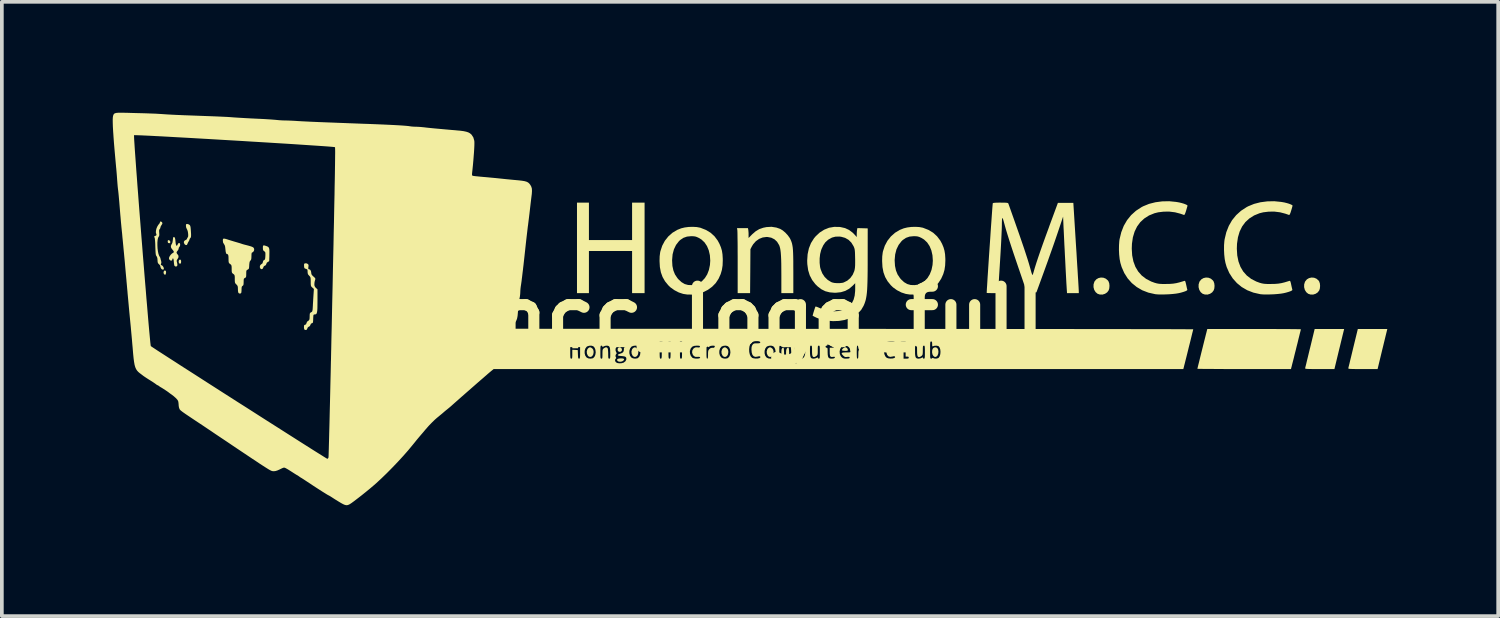
<source format=kicad_pcb>
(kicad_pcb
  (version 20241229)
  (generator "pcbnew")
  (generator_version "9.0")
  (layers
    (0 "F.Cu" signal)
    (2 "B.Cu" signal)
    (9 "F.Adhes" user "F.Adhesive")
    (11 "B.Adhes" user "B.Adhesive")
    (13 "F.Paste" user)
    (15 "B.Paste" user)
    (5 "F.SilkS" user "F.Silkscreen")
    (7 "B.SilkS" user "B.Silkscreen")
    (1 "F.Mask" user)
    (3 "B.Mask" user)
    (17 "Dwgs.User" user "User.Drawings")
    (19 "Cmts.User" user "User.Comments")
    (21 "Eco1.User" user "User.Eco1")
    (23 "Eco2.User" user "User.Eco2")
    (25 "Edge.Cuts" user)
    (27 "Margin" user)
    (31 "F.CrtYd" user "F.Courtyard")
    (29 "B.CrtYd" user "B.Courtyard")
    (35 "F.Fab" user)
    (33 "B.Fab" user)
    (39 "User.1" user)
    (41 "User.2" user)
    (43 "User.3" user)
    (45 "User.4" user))
  (footprint "mcc_logo_full"
    (layer "F.Cu")
    (at 17.502 5.515)
    (property "Reference" "mcc_logo_full" (at 0 0 0) (layer "F.SilkS") (effects (font (size 1.5 1.5) (thickness 0.3))))
    (attr board_only exclude_from_pos_files exclude_from_bom)
    (fp_poly (pts (xy -15.663 -1.535) (xy -15.653 -1.511) (xy -15.651 -1.49) (xy -15.654 -1.451) (xy -15.669 -1.43) (xy -15.69 -1.43) (xy -15.704 -1.442) (xy -15.717 -1.472) (xy -15.715 -1.506) (xy -15.702 -1.532) (xy -15.683 -1.541)) (stroke (width 0) (type solid)) (fill yes) (layer "F.SilkS"))
    (fp_poly (pts (xy -16.079 -1.244) (xy -16.062 -1.228) (xy -16.058 -1.195) (xy -16.059 -1.185) (xy -16.068 -1.144) (xy -16.085 -1.129) (xy -16.108 -1.141) (xy -16.109 -1.142) (xy -16.125 -1.171) (xy -16.126 -1.204) (xy -16.115 -1.232) (xy -16.095 -1.246)) (stroke (width 0) (type solid)) (fill yes) (layer "F.SilkS"))
    (fp_poly (pts (xy -15.982 -2.066) (xy -15.959 -2.053) (xy -15.945 -2.029) (xy -15.944 -2.003) (xy -15.957 -1.986) (xy -15.968 -1.984) (xy -15.996 -1.989) (xy -16.005 -1.994) (xy -16.012 -2.014) (xy -16.014 -2.037) (xy -16.009 -2.062) (xy -15.988 -2.067)) (stroke (width 0) (type solid)) (fill yes) (layer "F.SilkS"))
    (fp_poly (pts (xy -3.756 0.84) (xy -3.732 0.864) (xy -3.722 0.897) (xy -3.73 0.931) (xy -3.755 0.952) (xy -3.79 0.956) (xy -3.822 0.942) (xy -3.825 0.94) (xy -3.84 0.908) (xy -3.837 0.87) (xy -3.821 0.844) (xy -3.788 0.831)) (stroke (width 0) (type solid)) (fill yes) (layer "F.SilkS"))
    (fp_poly (pts (xy -3.695 1.136) (xy -3.667 1.147) (xy -3.664 1.166) (xy -3.685 1.195) (xy -3.686 1.195) (xy -3.721 1.216) (xy -3.767 1.224) (xy -3.811 1.22) (xy -3.842 1.202) (xy -3.843 1.202) (xy -3.856 1.173) (xy -3.843 1.151) (xy -3.806 1.137) (xy -3.75 1.133)) (stroke (width 0) (type solid)) (fill yes) (layer "F.SilkS"))
    (fp_poly (pts (xy 1.123 0.839) (xy 1.153 0.867) (xy 1.174 0.911) (xy 1.181 0.961) (xy 1.174 1.013) (xy 1.157 1.057) (xy 1.13 1.088) (xy 1.099 1.098) (xy 1.072 1.088) (xy 1.044 1.065) (xy 1.022 1.027) (xy 1.012 0.976) (xy 1.012 0.923) (xy 1.025 0.878) (xy 1.044 0.852) (xy 1.087 0.832)) (stroke (width 0) (type solid)) (fill yes) (layer "F.SilkS"))
    (fp_poly (pts (xy 2.352 0.842) (xy 2.38 0.87) (xy 2.392 0.904) (xy 2.392 0.905) (xy 2.387 0.919) (xy 2.367 0.926) (xy 2.327 0.929) (xy 2.316 0.929) (xy 2.272 0.926) (xy 2.24 0.92) (xy 2.23 0.915) (xy 2.233 0.896) (xy 2.253 0.871) (xy 2.28 0.847) (xy 2.309 0.832) (xy 2.319 0.83)) (stroke (width 0) (type solid)) (fill yes) (layer "F.SilkS"))
    (fp_poly (pts (xy -4.565 0.836) (xy -4.524 0.864) (xy -4.524 0.865) (xy -4.5 0.897) (xy -4.49 0.939) (xy -4.489 0.964) (xy -4.498 1.021) (xy -4.521 1.063) (xy -4.553 1.089) (xy -4.59 1.094) (xy -4.627 1.077) (xy -4.643 1.061) (xy -4.669 1.007) (xy -4.675 0.948) (xy -4.66 0.891) (xy -4.64 0.862) (xy -4.603 0.835)) (stroke (width 0) (type solid)) (fill yes) (layer "F.SilkS"))
    (fp_poly (pts (xy -3.355 0.836) (xy -3.314 0.864) (xy -3.313 0.865) (xy -3.289 0.897) (xy -3.28 0.939) (xy -3.279 0.964) (xy -3.287 1.021) (xy -3.31 1.063) (xy -3.343 1.089) (xy -3.38 1.094) (xy -3.417 1.077) (xy -3.433 1.061) (xy -3.459 1.007) (xy -3.465 0.948) (xy -3.45 0.891) (xy -3.43 0.862) (xy -3.393 0.835)) (stroke (width 0) (type solid)) (fill yes) (layer "F.SilkS"))
    (fp_poly (pts (xy -0.92 0.836) (xy -0.88 0.864) (xy -0.879 0.865) (xy -0.855 0.897) (xy -0.845 0.939) (xy -0.844 0.964) (xy -0.853 1.021) (xy -0.876 1.063) (xy -0.908 1.089) (xy -0.945 1.094) (xy -0.983 1.077) (xy -0.998 1.061) (xy -1.025 1.007) (xy -1.03 0.948) (xy -1.015 0.891) (xy -0.995 0.862) (xy -0.958 0.835)) (stroke (width 0) (type solid)) (fill yes) (layer "F.SilkS"))
    (fp_poly (pts (xy 0.304 0.836) (xy 0.345 0.864) (xy 0.345 0.865) (xy 0.369 0.897) (xy 0.379 0.939) (xy 0.38 0.964) (xy 0.371 1.021) (xy 0.348 1.063) (xy 0.316 1.089) (xy 0.279 1.094) (xy 0.242 1.077) (xy 0.226 1.061) (xy 0.2 1.007) (xy 0.194 0.948) (xy 0.209 0.891) (xy 0.229 0.862) (xy 0.266 0.835)) (stroke (width 0) (type solid)) (fill yes) (layer "F.SilkS"))
    (fp_poly (pts (xy 4.788 0.84) (xy 4.813 0.858) (xy 4.834 0.897) (xy 4.842 0.95) (xy 4.836 1.005) (xy 4.817 1.053) (xy 4.812 1.061) (xy 4.777 1.091) (xy 4.742 1.094) (xy 4.706 1.068) (xy 4.703 1.065) (xy 4.681 1.027) (xy 4.67 0.976) (xy 4.671 0.923) (xy 4.683 0.878) (xy 4.703 0.852) (xy 4.748 0.832)) (stroke (width 0) (type solid)) (fill yes) (layer "F.SilkS"))
    (fp_poly (pts (xy 9.307 -1.05) (xy 9.371 -1.024) (xy 9.425 -0.978) (xy 9.442 -0.954) (xy 9.463 -0.899) (xy 9.47 -0.831) (xy 9.464 -0.761) (xy 9.448 -0.709) (xy 9.407 -0.654) (xy 9.349 -0.615) (xy 9.281 -0.594) (xy 9.21 -0.595) (xy 9.147 -0.616) (xy 9.094 -0.661) (xy 9.057 -0.722) (xy 9.038 -0.794) (xy 9.039 -0.869) (xy 9.061 -0.94) (xy 9.066 -0.95) (xy 9.112 -1.005) (xy 9.171 -1.04) (xy 9.238 -1.055)) (stroke (width 0) (type solid)) (fill yes) (layer "F.SilkS"))
    (fp_poly (pts (xy 12.149 -1.05) (xy 12.214 -1.024) (xy 12.267 -0.978) (xy 12.285 -0.954) (xy 12.305 -0.899) (xy 12.313 -0.831) (xy 12.307 -0.761) (xy 12.29 -0.709) (xy 12.249 -0.654) (xy 12.191 -0.615) (xy 12.124 -0.594) (xy 12.053 -0.595) (xy 11.99 -0.616) (xy 11.936 -0.661) (xy 11.9 -0.722) (xy 11.881 -0.794) (xy 11.882 -0.869) (xy 11.904 -0.94) (xy 11.909 -0.95) (xy 11.955 -1.005) (xy 12.014 -1.04) (xy 12.081 -1.055)) (stroke (width 0) (type solid)) (fill yes) (layer "F.SilkS"))
    (fp_poly (pts (xy 15.006 -1.05) (xy 15.07 -1.024) (xy 15.124 -0.978) (xy 15.142 -0.954) (xy 15.162 -0.899) (xy 15.169 -0.831) (xy 15.163 -0.761) (xy 15.147 -0.709) (xy 15.106 -0.654) (xy 15.048 -0.615) (xy 14.98 -0.594) (xy 14.91 -0.595) (xy 14.846 -0.616) (xy 14.793 -0.661) (xy 14.756 -0.722) (xy 14.737 -0.794) (xy 14.738 -0.869) (xy 14.76 -0.94) (xy 14.766 -0.95) (xy 14.811 -1.005) (xy 14.87 -1.04) (xy 14.937 -1.055)) (stroke (width 0) (type solid)) (fill yes) (layer "F.SilkS"))
    (fp_poly (pts (xy -4.616 -2.575) (xy -4.616 -2.069) (xy -4.032 -2.069) (xy -3.448 -2.069) (xy -3.448 -2.575) (xy -3.448 -3.082) (xy -3.279 -3.082) (xy -3.11 -3.082) (xy -3.11 -1.858) (xy -3.11 -0.633) (xy -3.279 -0.633) (xy -3.448 -0.633) (xy -3.448 -1.203) (xy -3.448 -1.773) (xy -4.032 -1.773) (xy -4.616 -1.773) (xy -4.616 -1.203) (xy -4.616 -0.633) (xy -4.777 -0.633) (xy -4.939 -0.633) (xy -4.939 -1.858) (xy -4.939 -3.082) (xy -4.777 -3.082) (xy -4.616 -3.082)) (stroke (width 0) (type solid)) (fill yes) (layer "F.SilkS"))
    (fp_poly (pts (xy 15.812 0.369) (xy 15.807 0.39) (xy 15.796 0.435) (xy 15.78 0.5) (xy 15.76 0.583) (xy 15.736 0.681) (xy 15.71 0.789) (xy 15.681 0.906) (xy 15.68 0.911) (xy 15.557 1.421) (xy 15.157 1.421) (xy 15.041 1.421) (xy 14.95 1.421) (xy 14.881 1.42) (xy 14.831 1.418) (xy 14.797 1.416) (xy 14.777 1.412) (xy 14.767 1.407) (xy 14.764 1.401) (xy 14.765 1.397) (xy 14.769 1.378) (xy 14.78 1.335) (xy 14.796 1.271) (xy 14.815 1.189) (xy 14.839 1.092) (xy 14.865 0.984) (xy 14.893 0.868) (xy 14.897 0.855) (xy 15.022 0.338) (xy 15.421 0.338) (xy 15.82 0.338)) (stroke (width 0) (type solid)) (fill yes) (layer "F.SilkS"))
    (fp_poly (pts (xy 16.98 0.369) (xy 16.975 0.39) (xy 16.964 0.435) (xy 16.948 0.5) (xy 16.928 0.583) (xy 16.904 0.681) (xy 16.878 0.789) (xy 16.849 0.906) (xy 16.848 0.911) (xy 16.725 1.421) (xy 16.325 1.421) (xy 16.209 1.421) (xy 16.118 1.421) (xy 16.049 1.42) (xy 15.999 1.418) (xy 15.965 1.416) (xy 15.945 1.412) (xy 15.935 1.407) (xy 15.932 1.401) (xy 15.933 1.397) (xy 15.937 1.378) (xy 15.948 1.335) (xy 15.964 1.271) (xy 15.983 1.189) (xy 16.007 1.092) (xy 16.033 0.984) (xy 16.061 0.868) (xy 16.064 0.855) (xy 16.19 0.338) (xy 16.589 0.338) (xy 16.988 0.338)) (stroke (width 0) (type solid)) (fill yes) (layer "F.SilkS"))
    (fp_poly (pts (xy -15.451 -2.496) (xy -15.425 -2.48) (xy -15.411 -2.466) (xy -15.402 -2.445) (xy -15.395 -2.411) (xy -15.39 -2.36) (xy -15.386 -2.301) (xy -15.382 -2.231) (xy -15.382 -2.184) (xy -15.385 -2.154) (xy -15.391 -2.136) (xy -15.4 -2.126) (xy -15.419 -2.102) (xy -15.423 -2.087) (xy -15.431 -2.061) (xy -15.449 -2.029) (xy -15.449 -2.029) (xy -15.47 -1.993) (xy -15.481 -1.963) (xy -15.496 -1.937) (xy -15.523 -1.933) (xy -15.553 -1.952) (xy -15.554 -1.953) (xy -15.576 -1.993) (xy -15.575 -2.03) (xy -15.551 -2.059) (xy -15.536 -2.066) (xy -15.506 -2.082) (xy -15.493 -2.101) (xy -15.493 -2.101) (xy -15.483 -2.127) (xy -15.474 -2.138) (xy -15.462 -2.162) (xy -15.459 -2.205) (xy -15.463 -2.257) (xy -15.472 -2.309) (xy -15.487 -2.352) (xy -15.495 -2.366) (xy -15.514 -2.407) (xy -15.521 -2.453) (xy -15.521 -2.454) (xy -15.519 -2.488) (xy -15.508 -2.502) (xy -15.488 -2.505)) (stroke (width 0) (type solid)) (fill yes) (layer "F.SilkS"))
    (fp_poly (pts (xy -13.366 -1.914) (xy -13.348 -1.908) (xy -13.313 -1.894) (xy -13.288 -1.877) (xy -13.272 -1.852) (xy -13.264 -1.814) (xy -13.262 -1.759) (xy -13.263 -1.68) (xy -13.263 -1.677) (xy -13.264 -1.612) (xy -13.266 -1.557) (xy -13.267 -1.518) (xy -13.268 -1.502) (xy -13.281 -1.489) (xy -13.303 -1.478) (xy -13.334 -1.453) (xy -13.345 -1.423) (xy -13.36 -1.389) (xy -13.385 -1.377) (xy -13.412 -1.361) (xy -13.428 -1.326) (xy -13.446 -1.291) (xy -13.473 -1.28) (xy -13.502 -1.294) (xy -13.508 -1.301) (xy -13.522 -1.337) (xy -13.516 -1.377) (xy -13.491 -1.41) (xy -13.477 -1.418) (xy -13.447 -1.442) (xy -13.439 -1.475) (xy -13.428 -1.511) (xy -13.407 -1.527) (xy -13.39 -1.537) (xy -13.38 -1.555) (xy -13.375 -1.587) (xy -13.371 -1.64) (xy -13.371 -1.642) (xy -13.37 -1.695) (xy -13.372 -1.728) (xy -13.38 -1.748) (xy -13.396 -1.762) (xy -13.403 -1.767) (xy -13.425 -1.786) (xy -13.436 -1.812) (xy -13.439 -1.855) (xy -13.439 -1.859) (xy -13.437 -1.901) (xy -13.428 -1.922) (xy -13.406 -1.925)) (stroke (width 0) (type solid)) (fill yes) (layer "F.SilkS"))
    (fp_poly (pts (xy 13.569 0.338) (xy 13.747 0.338) (xy 13.915 0.338) (xy 14.07 0.339) (xy 14.211 0.34) (xy 14.336 0.34) (xy 14.443 0.341) (xy 14.53 0.342) (xy 14.594 0.343) (xy 14.635 0.344) (xy 14.649 0.345) (xy 14.649 0.345) (xy 14.646 0.36) (xy 14.637 0.398) (xy 14.622 0.456) (xy 14.604 0.53) (xy 14.582 0.617) (xy 14.559 0.714) (xy 14.533 0.815) (xy 14.508 0.918) (xy 14.482 1.019) (xy 14.459 1.115) (xy 14.437 1.201) (xy 14.418 1.274) (xy 14.404 1.331) (xy 14.395 1.368) (xy 14.394 1.369) (xy 14.381 1.421) (xy 13.115 1.421) (xy 12.928 1.421) (xy 12.751 1.421) (xy 12.583 1.421) (xy 12.428 1.42) (xy 12.286 1.419) (xy 12.161 1.419) (xy 12.055 1.418) (xy 11.968 1.417) (xy 11.903 1.416) (xy 11.863 1.415) (xy 11.849 1.414) (xy 11.849 1.414) (xy 11.852 1.399) (xy 11.861 1.361) (xy 11.875 1.303) (xy 11.894 1.229) (xy 11.915 1.142) (xy 11.939 1.045) (xy 11.964 0.944) (xy 11.99 0.841) (xy 12.015 0.74) (xy 12.039 0.644) (xy 12.061 0.558) (xy 12.079 0.485) (xy 12.094 0.428) (xy 12.103 0.391) (xy 12.103 0.39) (xy 12.117 0.338) (xy 13.383 0.338)) (stroke (width 0) (type solid)) (fill yes) (layer "F.SilkS"))
    (fp_poly (pts (xy -15.832 -2.147) (xy -15.818 -2.125) (xy -15.809 -2.083) (xy -15.803 -2.02) (xy -15.796 -1.965) (xy -15.785 -1.928) (xy -15.772 -1.913) (xy -15.758 -1.923) (xy -15.751 -1.937) (xy -15.73 -1.978) (xy -15.706 -1.991) (xy -15.696 -1.989) (xy -15.681 -1.97) (xy -15.677 -1.938) (xy -15.684 -1.904) (xy -15.697 -1.886) (xy -15.715 -1.858) (xy -15.718 -1.837) (xy -15.729 -1.804) (xy -15.747 -1.78) (xy -15.768 -1.753) (xy -15.775 -1.731) (xy -15.765 -1.704) (xy -15.747 -1.682) (xy -15.722 -1.643) (xy -15.724 -1.599) (xy -15.748 -1.556) (xy -15.767 -1.528) (xy -15.771 -1.502) (xy -15.763 -1.464) (xy -15.762 -1.462) (xy -15.753 -1.419) (xy -15.753 -1.384) (xy -15.754 -1.378) (xy -15.773 -1.356) (xy -15.802 -1.353) (xy -15.829 -1.369) (xy -15.837 -1.392) (xy -15.844 -1.433) (xy -15.848 -1.477) (xy -15.853 -1.532) (xy -15.862 -1.565) (xy -15.87 -1.573) (xy -15.884 -1.566) (xy -15.887 -1.551) (xy -15.896 -1.522) (xy -15.918 -1.512) (xy -15.945 -1.519) (xy -15.969 -1.542) (xy -15.979 -1.564) (xy -15.977 -1.594) (xy -15.959 -1.634) (xy -15.93 -1.674) (xy -15.898 -1.705) (xy -15.877 -1.718) (xy -15.851 -1.736) (xy -15.85 -1.763) (xy -15.875 -1.798) (xy -15.887 -1.811) (xy -15.92 -1.856) (xy -15.929 -1.905) (xy -15.913 -1.949) (xy -15.906 -1.959) (xy -15.889 -1.992) (xy -15.878 -2.046) (xy -15.876 -2.069) (xy -15.869 -2.123) (xy -15.859 -2.149) (xy -15.851 -2.153)) (stroke (width 0) (type solid)) (fill yes) (layer "F.SilkS"))
    (fp_poly (pts (xy 0.457 -2.407) (xy 0.56 -2.371) (xy 0.628 -2.33) (xy 0.698 -2.271) (xy 0.763 -2.201) (xy 0.815 -2.129) (xy 0.833 -2.097) (xy 0.851 -2.056) (xy 0.867 -2.015) (xy 0.88 -1.972) (xy 0.89 -1.923) (xy 0.899 -1.867) (xy 0.905 -1.799) (xy 0.909 -1.718) (xy 0.912 -1.619) (xy 0.914 -1.501) (xy 0.914 -1.36) (xy 0.915 -1.218) (xy 0.915 -0.633) (xy 0.753 -0.633) (xy 0.591 -0.633) (xy 0.591 -1.115) (xy 0.59 -1.284) (xy 0.589 -1.427) (xy 0.586 -1.547) (xy 0.581 -1.647) (xy 0.575 -1.729) (xy 0.567 -1.796) (xy 0.557 -1.851) (xy 0.544 -1.897) (xy 0.53 -1.935) (xy 0.529 -1.935) (xy 0.475 -2.024) (xy 0.404 -2.09) (xy 0.318 -2.133) (xy 0.218 -2.152) (xy 0.188 -2.153) (xy 0.085 -2.139) (xy -0.012 -2.1) (xy -0.099 -2.038) (xy -0.172 -1.955) (xy -0.207 -1.898) (xy -0.246 -1.822) (xy -0.25 -1.228) (xy -0.255 -0.633) (xy -0.423 -0.633) (xy -0.591 -0.633) (xy -0.591 -1.46) (xy -0.591 -1.612) (xy -0.592 -1.756) (xy -0.592 -1.89) (xy -0.593 -2.012) (xy -0.595 -2.119) (xy -0.596 -2.208) (xy -0.597 -2.276) (xy -0.599 -2.321) (xy -0.6 -2.339) (xy -0.609 -2.392) (xy -0.461 -2.392) (xy -0.313 -2.392) (xy -0.304 -2.348) (xy -0.3 -2.31) (xy -0.296 -2.257) (xy -0.296 -2.215) (xy -0.296 -2.125) (xy -0.199 -2.224) (xy -0.106 -2.305) (xy -0.009 -2.364) (xy 0.1 -2.402) (xy 0.188 -2.42) (xy 0.325 -2.428)) (stroke (width 0) (type solid)) (fill yes) (layer "F.SilkS"))
    (fp_poly (pts (xy -16.172 -2.555) (xy -16.164 -2.544) (xy -16.157 -2.521) (xy -16.169 -2.493) (xy -16.18 -2.478) (xy -16.201 -2.443) (xy -16.211 -2.412) (xy -16.211 -2.409) (xy -16.221 -2.377) (xy -16.232 -2.364) (xy -16.244 -2.346) (xy -16.247 -2.315) (xy -16.244 -2.265) (xy -16.241 -2.213) (xy -16.245 -2.181) (xy -16.257 -2.161) (xy -16.257 -2.161) (xy -16.275 -2.128) (xy -16.287 -2.073) (xy -16.293 -2.003) (xy -16.293 -1.925) (xy -16.289 -1.844) (xy -16.279 -1.766) (xy -16.265 -1.698) (xy -16.247 -1.646) (xy -16.237 -1.63) (xy -16.219 -1.599) (xy -16.211 -1.575) (xy -16.211 -1.575) (xy -16.206 -1.55) (xy -16.195 -1.514) (xy -16.194 -1.511) (xy -16.185 -1.467) (xy -16.193 -1.43) (xy -16.202 -1.404) (xy -16.192 -1.392) (xy -16.176 -1.387) (xy -16.151 -1.37) (xy -16.13 -1.339) (xy -16.118 -1.304) (xy -16.121 -1.279) (xy -16.141 -1.267) (xy -16.17 -1.277) (xy -16.188 -1.292) (xy -16.206 -1.326) (xy -16.211 -1.351) (xy -16.223 -1.386) (xy -16.25 -1.416) (xy -16.273 -1.438) (xy -16.284 -1.464) (xy -16.289 -1.504) (xy -16.289 -1.525) (xy -16.295 -1.585) (xy -16.31 -1.624) (xy -16.317 -1.632) (xy -16.326 -1.647) (xy -16.334 -1.667) (xy -16.339 -1.699) (xy -16.343 -1.746) (xy -16.346 -1.813) (xy -16.349 -1.889) (xy -16.351 -1.967) (xy -16.355 -2.035) (xy -16.36 -2.089) (xy -16.364 -2.122) (xy -16.367 -2.131) (xy -16.38 -2.157) (xy -16.37 -2.176) (xy -16.353 -2.181) (xy -16.326 -2.192) (xy -16.317 -2.217) (xy -16.325 -2.239) (xy -16.335 -2.277) (xy -16.331 -2.329) (xy -16.316 -2.388) (xy -16.291 -2.444) (xy -16.261 -2.49) (xy -16.246 -2.505) (xy -16.228 -2.533) (xy -16.225 -2.55) (xy -16.216 -2.57) (xy -16.196 -2.571)) (stroke (width 0) (type solid)) (fill yes) (layer "F.SilkS"))
    (fp_poly (pts (xy -1.698 -2.421) (xy -1.608 -2.404) (xy -1.6 -2.402) (xy -1.452 -2.344) (xy -1.325 -2.268) (xy -1.218 -2.171) (xy -1.131 -2.055) (xy -1.083 -1.966) (xy -1.044 -1.872) (xy -1.017 -1.781) (xy -1.002 -1.684) (xy -0.995 -1.572) (xy -0.994 -1.52) (xy -0.999 -1.382) (xy -1.018 -1.261) (xy -1.051 -1.148) (xy -1.102 -1.035) (xy -1.108 -1.022) (xy -1.185 -0.905) (xy -1.283 -0.805) (xy -1.397 -0.722) (xy -1.525 -0.658) (xy -1.664 -0.615) (xy -1.81 -0.593) (xy -1.959 -0.596) (xy -2.065 -0.612) (xy -2.184 -0.651) (xy -2.302 -0.712) (xy -2.411 -0.79) (xy -2.469 -0.846) (xy -2.557 -0.954) (xy -2.623 -1.069) (xy -2.669 -1.196) (xy -2.696 -1.338) (xy -2.705 -1.499) (xy -2.705 -1.513) (xy -2.365 -1.513) (xy -2.357 -1.37) (xy -2.331 -1.247) (xy -2.287 -1.138) (xy -2.221 -1.039) (xy -2.191 -1.004) (xy -2.109 -0.929) (xy -2.024 -0.879) (xy -1.931 -0.853) (xy -1.826 -0.85) (xy -1.732 -0.863) (xy -1.656 -0.892) (xy -1.56 -0.954) (xy -1.48 -1.038) (xy -1.415 -1.141) (xy -1.369 -1.261) (xy -1.341 -1.395) (xy -1.333 -1.513) (xy -1.343 -1.658) (xy -1.373 -1.79) (xy -1.421 -1.906) (xy -1.487 -2.005) (xy -1.57 -2.083) (xy -1.642 -2.127) (xy -1.696 -2.152) (xy -1.74 -2.166) (xy -1.786 -2.172) (xy -1.848 -2.174) (xy -1.85 -2.174) (xy -1.962 -2.163) (xy -2.06 -2.129) (xy -2.146 -2.071) (xy -2.18 -2.039) (xy -2.259 -1.937) (xy -2.316 -1.818) (xy -2.352 -1.682) (xy -2.365 -1.53) (xy -2.365 -1.513) (xy -2.705 -1.513) (xy -2.702 -1.629) (xy -2.689 -1.733) (xy -2.682 -1.766) (xy -2.633 -1.915) (xy -2.561 -2.05) (xy -2.468 -2.167) (xy -2.357 -2.266) (xy -2.229 -2.343) (xy -2.119 -2.387) (xy -2.024 -2.41) (xy -1.915 -2.424) (xy -1.803 -2.427)) (stroke (width 0) (type solid)) (fill yes) (layer "F.SilkS"))
    (fp_poly (pts (xy 4.325 -2.421) (xy 4.415 -2.404) (xy 4.423 -2.402) (xy 4.571 -2.344) (xy 4.698 -2.268) (xy 4.804 -2.171) (xy 4.892 -2.055) (xy 4.94 -1.966) (xy 4.979 -1.872) (xy 5.005 -1.781) (xy 5.021 -1.684) (xy 5.028 -1.572) (xy 5.029 -1.52) (xy 5.023 -1.382) (xy 5.005 -1.261) (xy 4.972 -1.148) (xy 4.921 -1.035) (xy 4.915 -1.022) (xy 4.838 -0.905) (xy 4.74 -0.805) (xy 4.626 -0.722) (xy 4.497 -0.658) (xy 4.359 -0.615) (xy 4.213 -0.593) (xy 4.063 -0.596) (xy 3.958 -0.612) (xy 3.839 -0.651) (xy 3.72 -0.712) (xy 3.612 -0.79) (xy 3.554 -0.846) (xy 3.466 -0.954) (xy 3.4 -1.069) (xy 3.354 -1.196) (xy 3.327 -1.338) (xy 3.318 -1.499) (xy 3.318 -1.513) (xy 3.657 -1.513) (xy 3.666 -1.37) (xy 3.692 -1.247) (xy 3.736 -1.138) (xy 3.802 -1.039) (xy 3.832 -1.004) (xy 3.913 -0.929) (xy 3.999 -0.879) (xy 4.092 -0.853) (xy 4.196 -0.85) (xy 4.291 -0.863) (xy 4.367 -0.892) (xy 4.462 -0.954) (xy 4.543 -1.038) (xy 4.607 -1.141) (xy 4.654 -1.261) (xy 4.682 -1.395) (xy 4.69 -1.513) (xy 4.68 -1.658) (xy 4.65 -1.79) (xy 4.602 -1.906) (xy 4.536 -2.005) (xy 4.453 -2.083) (xy 4.381 -2.127) (xy 4.327 -2.152) (xy 4.283 -2.166) (xy 4.237 -2.172) (xy 4.175 -2.174) (xy 4.173 -2.174) (xy 4.06 -2.163) (xy 3.963 -2.129) (xy 3.877 -2.071) (xy 3.843 -2.039) (xy 3.764 -1.937) (xy 3.706 -1.818) (xy 3.671 -1.682) (xy 3.657 -1.53) (xy 3.657 -1.513) (xy 3.318 -1.513) (xy 3.321 -1.629) (xy 3.334 -1.733) (xy 3.341 -1.766) (xy 3.39 -1.915) (xy 3.462 -2.05) (xy 3.555 -2.167) (xy 3.666 -2.266) (xy 3.794 -2.343) (xy 3.904 -2.387) (xy 3.999 -2.41) (xy 4.108 -2.424) (xy 4.219 -2.427)) (stroke (width 0) (type solid)) (fill yes) (layer "F.SilkS"))
    (fp_poly (pts (xy 11.276 -3.101) (xy 11.356 -3.087) (xy 11.422 -3.071) (xy 11.483 -3.053) (xy 11.534 -3.033) (xy 11.569 -3.016) (xy 11.581 -3.002) (xy 11.578 -2.984) (xy 11.567 -2.946) (xy 11.552 -2.895) (xy 11.544 -2.866) (xy 11.524 -2.806) (xy 11.509 -2.769) (xy 11.496 -2.751) (xy 11.484 -2.749) (xy 11.459 -2.758) (xy 11.418 -2.772) (xy 11.383 -2.784) (xy 11.244 -2.82) (xy 11.092 -2.839) (xy 10.938 -2.838) (xy 10.789 -2.82) (xy 10.688 -2.795) (xy 10.54 -2.735) (xy 10.413 -2.654) (xy 10.305 -2.555) (xy 10.217 -2.436) (xy 10.15 -2.299) (xy 10.103 -2.143) (xy 10.078 -1.97) (xy 10.073 -1.836) (xy 10.084 -1.654) (xy 10.117 -1.491) (xy 10.171 -1.345) (xy 10.247 -1.218) (xy 10.343 -1.109) (xy 10.461 -1.019) (xy 10.599 -0.947) (xy 10.695 -0.912) (xy 10.742 -0.899) (xy 10.785 -0.89) (xy 10.833 -0.884) (xy 10.892 -0.881) (xy 10.969 -0.881) (xy 11.004 -0.881) (xy 11.107 -0.883) (xy 11.195 -0.89) (xy 11.277 -0.903) (xy 11.363 -0.924) (xy 11.463 -0.954) (xy 11.491 -0.963) (xy 11.506 -0.966) (xy 11.517 -0.959) (xy 11.526 -0.937) (xy 11.537 -0.895) (xy 11.546 -0.856) (xy 11.558 -0.801) (xy 11.568 -0.755) (xy 11.576 -0.727) (xy 11.577 -0.723) (xy 11.569 -0.708) (xy 11.535 -0.689) (xy 11.48 -0.669) (xy 11.406 -0.647) (xy 11.342 -0.632) (xy 11.272 -0.62) (xy 11.182 -0.61) (xy 11.08 -0.602) (xy 10.975 -0.598) (xy 10.873 -0.596) (xy 10.783 -0.598) (xy 10.712 -0.604) (xy 10.702 -0.606) (xy 10.521 -0.647) (xy 10.356 -0.711) (xy 10.207 -0.798) (xy 10.075 -0.905) (xy 9.962 -1.032) (xy 9.87 -1.177) (xy 9.799 -1.339) (xy 9.765 -1.452) (xy 9.745 -1.555) (xy 9.732 -1.676) (xy 9.726 -1.804) (xy 9.728 -1.931) (xy 9.736 -2.045) (xy 9.743 -2.092) (xy 9.789 -2.281) (xy 9.856 -2.453) (xy 9.946 -2.608) (xy 10.056 -2.744) (xy 10.187 -2.862) (xy 10.339 -2.961) (xy 10.383 -2.984) (xy 10.54 -3.048) (xy 10.713 -3.092) (xy 10.896 -3.116) (xy 11.086 -3.12)) (stroke (width 0) (type solid)) (fill yes) (layer "F.SilkS"))
    (fp_poly (pts (xy 14.119 -3.101) (xy 14.199 -3.087) (xy 14.265 -3.071) (xy 14.326 -3.053) (xy 14.377 -3.033) (xy 14.411 -3.016) (xy 14.424 -3.002) (xy 14.42 -2.984) (xy 14.41 -2.946) (xy 14.395 -2.895) (xy 14.386 -2.866) (xy 14.367 -2.806) (xy 14.351 -2.769) (xy 14.339 -2.751) (xy 14.326 -2.749) (xy 14.301 -2.758) (xy 14.26 -2.772) (xy 14.225 -2.784) (xy 14.086 -2.82) (xy 13.935 -2.839) (xy 13.78 -2.838) (xy 13.631 -2.82) (xy 13.53 -2.795) (xy 13.383 -2.735) (xy 13.255 -2.654) (xy 13.147 -2.555) (xy 13.059 -2.436) (xy 12.992 -2.299) (xy 12.946 -2.143) (xy 12.921 -1.97) (xy 12.916 -1.836) (xy 12.927 -1.654) (xy 12.96 -1.491) (xy 13.014 -1.345) (xy 13.089 -1.218) (xy 13.186 -1.109) (xy 13.303 -1.019) (xy 13.442 -0.947) (xy 13.537 -0.912) (xy 13.584 -0.899) (xy 13.628 -0.89) (xy 13.676 -0.884) (xy 13.734 -0.881) (xy 13.811 -0.881) (xy 13.847 -0.881) (xy 13.95 -0.883) (xy 14.038 -0.89) (xy 14.12 -0.903) (xy 14.206 -0.924) (xy 14.305 -0.954) (xy 14.334 -0.963) (xy 14.348 -0.966) (xy 14.359 -0.959) (xy 14.369 -0.937) (xy 14.38 -0.895) (xy 14.388 -0.856) (xy 14.4 -0.801) (xy 14.411 -0.755) (xy 14.418 -0.727) (xy 14.419 -0.723) (xy 14.411 -0.708) (xy 14.378 -0.689) (xy 14.323 -0.669) (xy 14.249 -0.647) (xy 14.185 -0.632) (xy 14.114 -0.62) (xy 14.024 -0.61) (xy 13.923 -0.602) (xy 13.818 -0.598) (xy 13.716 -0.596) (xy 13.626 -0.598) (xy 13.554 -0.604) (xy 13.544 -0.606) (xy 13.364 -0.647) (xy 13.199 -0.711) (xy 13.049 -0.798) (xy 12.918 -0.905) (xy 12.805 -1.032) (xy 12.712 -1.177) (xy 12.641 -1.339) (xy 12.608 -1.452) (xy 12.588 -1.555) (xy 12.575 -1.676) (xy 12.569 -1.804) (xy 12.57 -1.931) (xy 12.579 -2.045) (xy 12.586 -2.092) (xy 12.631 -2.281) (xy 12.699 -2.453) (xy 12.788 -2.608) (xy 12.899 -2.744) (xy 13.03 -2.862) (xy 13.182 -2.961) (xy 13.226 -2.984) (xy 13.383 -3.048) (xy 13.555 -3.092) (xy 13.739 -3.116) (xy 13.928 -3.12)) (stroke (width 0) (type solid)) (fill yes) (layer "F.SilkS"))
    (fp_poly (pts (xy -12.258 -1.439) (xy -12.231 -1.427) (xy -12.21 -1.409) (xy -12.203 -1.388) (xy -12.206 -1.351) (xy -12.207 -1.343) (xy -12.211 -1.303) (xy -12.207 -1.285) (xy -12.195 -1.281) (xy -12.162 -1.268) (xy -12.139 -1.234) (xy -12.13 -1.186) (xy -12.13 -1.185) (xy -12.126 -1.151) (xy -12.111 -1.122) (xy -12.079 -1.09) (xy -12.07 -1.082) (xy -12.037 -1.052) (xy -12.021 -1.031) (xy -12.019 -1.011) (xy -12.028 -0.983) (xy -12.028 -0.982) (xy -12.04 -0.935) (xy -12.045 -0.882) (xy -12.046 -0.874) (xy -12.041 -0.828) (xy -12.022 -0.794) (xy -12.003 -0.774) (xy -11.961 -0.735) (xy -11.961 -0.427) (xy -11.962 -0.315) (xy -11.963 -0.227) (xy -11.967 -0.162) (xy -11.974 -0.116) (xy -11.983 -0.085) (xy -11.997 -0.067) (xy -12.015 -0.058) (xy -12.039 -0.056) (xy -12.055 -0.055) (xy -12.066 -0.047) (xy -12.072 -0.026) (xy -12.075 0.012) (xy -12.077 0.06) (xy -12.079 0.117) (xy -12.083 0.152) (xy -12.09 0.171) (xy -12.102 0.178) (xy -12.112 0.18) (xy -12.14 0.197) (xy -12.151 0.225) (xy -12.17 0.261) (xy -12.193 0.273) (xy -12.223 0.294) (xy -12.236 0.324) (xy -12.251 0.356) (xy -12.279 0.365) (xy -12.31 0.357) (xy -12.321 0.339) (xy -12.327 0.301) (xy -12.327 0.288) (xy -12.325 0.249) (xy -12.316 0.23) (xy -12.297 0.223) (xy -12.295 0.223) (xy -12.269 0.209) (xy -12.259 0.179) (xy -12.244 0.143) (xy -12.224 0.125) (xy -12.198 0.108) (xy -12.182 0.086) (xy -12.175 0.053) (xy -12.173 0.000376) (xy -12.173 -0.01) (xy -12.171 -0.058) (xy -12.166 -0.087) (xy -12.154 -0.103) (xy -12.134 -0.115) (xy -12.118 -0.124) (xy -12.107 -0.134) (xy -12.1 -0.152) (xy -12.094 -0.181) (xy -12.09 -0.227) (xy -12.086 -0.295) (xy -12.085 -0.324) (xy -12.08 -0.407) (xy -12.075 -0.493) (xy -12.07 -0.572) (xy -12.066 -0.63) (xy -12.058 -0.746) (xy -12.101 -0.784) (xy -12.122 -0.804) (xy -12.135 -0.823) (xy -12.141 -0.849) (xy -12.144 -0.889) (xy -12.144 -0.943) (xy -12.145 -1.003) (xy -12.148 -1.041) (xy -12.155 -1.067) (xy -12.169 -1.087) (xy -12.186 -1.105) (xy -12.214 -1.137) (xy -12.226 -1.171) (xy -12.229 -1.211) (xy -12.23 -1.251) (xy -12.238 -1.273) (xy -12.258 -1.284) (xy -12.274 -1.29) (xy -12.303 -1.3) (xy -12.317 -1.317) (xy -12.323 -1.349) (xy -12.324 -1.367) (xy -12.325 -1.408) (xy -12.319 -1.428) (xy -12.302 -1.438) (xy -12.296 -1.44)) (stroke (width 0) (type solid)) (fill yes) (layer "F.SilkS"))
    (fp_poly (pts (xy -14.464 -2.105) (xy -14.413 -2.091) (xy -14.368 -2.076) (xy -14.297 -2.054) (xy -14.218 -2.03) (xy -14.156 -2.012) (xy -14.102 -1.996) (xy -14.055 -1.982) (xy -14.025 -1.972) (xy -14.023 -1.971) (xy -13.993 -1.961) (xy -13.948 -1.948) (xy -13.924 -1.942) (xy -13.838 -1.92) (xy -13.775 -1.902) (xy -13.732 -1.887) (xy -13.704 -1.873) (xy -13.688 -1.858) (xy -13.679 -1.84) (xy -13.674 -1.82) (xy -13.678 -1.786) (xy -13.697 -1.753) (xy -13.724 -1.733) (xy -13.734 -1.731) (xy -13.742 -1.718) (xy -13.747 -1.683) (xy -13.748 -1.635) (xy -13.75 -1.579) (xy -13.756 -1.544) (xy -13.769 -1.521) (xy -13.776 -1.513) (xy -13.792 -1.492) (xy -13.801 -1.459) (xy -13.807 -1.408) (xy -13.808 -1.388) (xy -13.811 -1.335) (xy -13.816 -1.303) (xy -13.826 -1.285) (xy -13.844 -1.273) (xy -13.85 -1.269) (xy -13.871 -1.258) (xy -13.883 -1.242) (xy -13.888 -1.215) (xy -13.889 -1.17) (xy -13.889 -1.155) (xy -13.89 -1.104) (xy -13.894 -1.073) (xy -13.904 -1.056) (xy -13.921 -1.045) (xy -13.924 -1.044) (xy -13.943 -1.033) (xy -13.954 -1.016) (xy -13.958 -0.986) (xy -13.959 -0.937) (xy -13.961 -0.885) (xy -13.966 -0.854) (xy -13.977 -0.837) (xy -13.988 -0.83) (xy -14.005 -0.815) (xy -14.013 -0.789) (xy -14.016 -0.744) (xy -14.016 -0.739) (xy -14.017 -0.692) (xy -14.021 -0.655) (xy -14.024 -0.641) (xy -14.044 -0.622) (xy -14.074 -0.622) (xy -14.097 -0.636) (xy -14.107 -0.659) (xy -14.113 -0.701) (xy -14.114 -0.74) (xy -14.116 -0.791) (xy -14.122 -0.823) (xy -14.137 -0.848) (xy -14.156 -0.868) (xy -14.178 -0.89) (xy -14.191 -0.912) (xy -14.197 -0.941) (xy -14.199 -0.987) (xy -14.199 -1.016) (xy -14.199 -1.071) (xy -14.203 -1.106) (xy -14.211 -1.127) (xy -14.227 -1.144) (xy -14.241 -1.154) (xy -14.263 -1.171) (xy -14.275 -1.189) (xy -14.281 -1.216) (xy -14.283 -1.26) (xy -14.283 -1.288) (xy -14.284 -1.342) (xy -14.288 -1.375) (xy -14.297 -1.396) (xy -14.314 -1.413) (xy -14.325 -1.421) (xy -14.348 -1.439) (xy -14.36 -1.458) (xy -14.366 -1.487) (xy -14.368 -1.533) (xy -14.368 -1.548) (xy -14.369 -1.615) (xy -14.375 -1.658) (xy -14.386 -1.682) (xy -14.403 -1.689) (xy -14.403 -1.689) (xy -14.422 -1.694) (xy -14.435 -1.715) (xy -14.445 -1.754) (xy -14.452 -1.816) (xy -14.453 -1.826) (xy -14.46 -1.888) (xy -14.472 -1.93) (xy -14.49 -1.958) (xy -14.492 -1.961) (xy -14.516 -2.003) (xy -14.522 -2.052) (xy -14.521 -2.083) (xy -14.514 -2.102) (xy -14.496 -2.109)) (stroke (width 0) (type solid)) (fill yes) (layer "F.SilkS"))
    (fp_poly (pts (xy 2.164 -2.424) (xy 2.188 -2.421) (xy 2.314 -2.393) (xy 2.422 -2.343) (xy 2.518 -2.271) (xy 2.553 -2.237) (xy 2.631 -2.151) (xy 2.631 -2.228) (xy 2.633 -2.281) (xy 2.637 -2.33) (xy 2.64 -2.349) (xy 2.649 -2.393) (xy 2.789 -2.389) (xy 2.928 -2.385) (xy 2.927 -1.615) (xy 2.927 -1.409) (xy 2.926 -1.23) (xy 2.924 -1.074) (xy 2.921 -0.939) (xy 2.917 -0.823) (xy 2.912 -0.724) (xy 2.905 -0.639) (xy 2.896 -0.566) (xy 2.885 -0.502) (xy 2.873 -0.446) (xy 2.857 -0.394) (xy 2.84 -0.346) (xy 2.819 -0.297) (xy 2.815 -0.288) (xy 2.752 -0.181) (xy 2.666 -0.088) (xy 2.56 -0.011) (xy 2.437 0.05) (xy 2.299 0.094) (xy 2.149 0.119) (xy 1.989 0.125) (xy 1.823 0.111) (xy 1.684 0.082) (xy 1.558 0.039) (xy 1.513 0.018) (xy 1.474 -0.002) (xy 1.446 -0.017) (xy 1.437 -0.022) (xy 1.44 -0.036) (xy 1.449 -0.069) (xy 1.462 -0.114) (xy 1.478 -0.164) (xy 1.493 -0.212) (xy 1.506 -0.249) (xy 1.515 -0.27) (xy 1.529 -0.269) (xy 1.562 -0.258) (xy 1.608 -0.239) (xy 1.625 -0.231) (xy 1.757 -0.181) (xy 1.891 -0.151) (xy 2.022 -0.141) (xy 2.147 -0.15) (xy 2.261 -0.179) (xy 2.362 -0.227) (xy 2.442 -0.292) (xy 2.503 -0.369) (xy 2.547 -0.459) (xy 2.575 -0.565) (xy 2.588 -0.692) (xy 2.589 -0.757) (xy 2.589 -0.902) (xy 2.522 -0.834) (xy 2.427 -0.752) (xy 2.321 -0.694) (xy 2.203 -0.658) (xy 2.069 -0.644) (xy 2.033 -0.643) (xy 1.9 -0.654) (xy 1.782 -0.684) (xy 1.675 -0.737) (xy 1.574 -0.814) (xy 1.511 -0.876) (xy 1.424 -0.989) (xy 1.359 -1.114) (xy 1.316 -1.254) (xy 1.294 -1.412) (xy 1.292 -1.451) (xy 1.627 -1.451) (xy 1.639 -1.339) (xy 1.653 -1.283) (xy 1.698 -1.169) (xy 1.763 -1.071) (xy 1.844 -0.992) (xy 1.937 -0.934) (xy 1.967 -0.922) (xy 2.024 -0.909) (xy 2.097 -0.903) (xy 2.175 -0.904) (xy 2.244 -0.912) (xy 2.279 -0.922) (xy 2.375 -0.97) (xy 2.456 -1.04) (xy 2.521 -1.129) (xy 2.565 -1.231) (xy 2.568 -1.243) (xy 2.577 -1.283) (xy 2.583 -1.327) (xy 2.587 -1.382) (xy 2.588 -1.451) (xy 2.588 -1.542) (xy 2.587 -1.576) (xy 2.585 -1.666) (xy 2.583 -1.734) (xy 2.579 -1.783) (xy 2.574 -1.82) (xy 2.566 -1.851) (xy 2.555 -1.879) (xy 2.545 -1.902) (xy 2.485 -2) (xy 2.408 -2.076) (xy 2.315 -2.129) (xy 2.207 -2.159) (xy 2.158 -2.164) (xy 2.053 -2.161) (xy 1.96 -2.136) (xy 1.87 -2.086) (xy 1.855 -2.076) (xy 1.784 -2.012) (xy 1.727 -1.931) (xy 1.679 -1.829) (xy 1.666 -1.792) (xy 1.64 -1.689) (xy 1.627 -1.571) (xy 1.627 -1.451) (xy 1.292 -1.451) (xy 1.29 -1.513) (xy 1.302 -1.687) (xy 1.336 -1.845) (xy 1.393 -1.988) (xy 1.474 -2.116) (xy 1.52 -2.171) (xy 1.629 -2.273) (xy 1.751 -2.35) (xy 1.881 -2.402) (xy 2.02 -2.426)) (stroke (width 0) (type solid)) (fill yes) (layer "F.SilkS"))
    (fp_poly (pts (xy 6.601 -3.081) (xy 6.657 -3.08) (xy 6.695 -3.077) (xy 6.717 -3.072) (xy 6.729 -3.065) (xy 6.733 -3.057) (xy 6.74 -3.039) (xy 6.755 -2.997) (xy 6.777 -2.935) (xy 6.806 -2.853) (xy 6.84 -2.757) (xy 6.879 -2.647) (xy 6.921 -2.528) (xy 6.959 -2.419) (xy 7.036 -2.2) (xy 7.103 -2.005) (xy 7.162 -1.832) (xy 7.212 -1.679) (xy 7.256 -1.543) (xy 7.293 -1.422) (xy 7.324 -1.313) (xy 7.346 -1.234) (xy 7.361 -1.182) (xy 7.375 -1.143) (xy 7.385 -1.123) (xy 7.388 -1.122) (xy 7.396 -1.14) (xy 7.409 -1.178) (xy 7.422 -1.223) (xy 7.451 -1.323) (xy 7.49 -1.447) (xy 7.539 -1.595) (xy 7.598 -1.767) (xy 7.666 -1.96) (xy 7.743 -2.174) (xy 7.829 -2.408) (xy 7.843 -2.449) (xy 8.074 -3.075) (xy 8.283 -3.075) (xy 8.492 -3.075) (xy 8.565 -1.907) (xy 8.577 -1.727) (xy 8.587 -1.554) (xy 8.597 -1.391) (xy 8.607 -1.239) (xy 8.615 -1.101) (xy 8.623 -0.979) (xy 8.629 -0.875) (xy 8.634 -0.792) (xy 8.637 -0.731) (xy 8.639 -0.695) (xy 8.639 -0.686) (xy 8.64 -0.633) (xy 8.48 -0.633) (xy 8.321 -0.633) (xy 8.312 -0.77) (xy 8.309 -0.821) (xy 8.304 -0.897) (xy 8.299 -0.993) (xy 8.293 -1.107) (xy 8.286 -1.234) (xy 8.279 -1.372) (xy 8.272 -1.516) (xy 8.264 -1.663) (xy 8.257 -1.81) (xy 8.249 -1.953) (xy 8.243 -2.088) (xy 8.237 -2.211) (xy 8.232 -2.32) (xy 8.227 -2.41) (xy 8.224 -2.478) (xy 8.224 -2.481) (xy 8.215 -2.703) (xy 8.062 -2.248) (xy 8.021 -2.128) (xy 7.973 -1.988) (xy 7.919 -1.834) (xy 7.862 -1.674) (xy 7.805 -1.512) (xy 7.749 -1.357) (xy 7.701 -1.224) (xy 7.493 -0.654) (xy 7.363 -0.65) (xy 7.306 -0.649) (xy 7.262 -0.649) (xy 7.237 -0.651) (xy 7.233 -0.652) (xy 7.229 -0.667) (xy 7.216 -0.705) (xy 7.196 -0.764) (xy 7.169 -0.843) (xy 7.137 -0.938) (xy 7.1 -1.047) (xy 7.059 -1.167) (xy 7.015 -1.295) (xy 7.007 -1.318) (xy 6.932 -1.539) (xy 6.865 -1.737) (xy 6.807 -1.913) (xy 6.756 -2.071) (xy 6.712 -2.212) (xy 6.673 -2.339) (xy 6.64 -2.456) (xy 6.611 -2.563) (xy 6.61 -2.567) (xy 6.593 -2.625) (xy 6.58 -2.658) (xy 6.57 -2.665) (xy 6.564 -2.645) (xy 6.56 -2.598) (xy 6.558 -2.523) (xy 6.558 -2.498) (xy 6.557 -2.44) (xy 6.555 -2.366) (xy 6.551 -2.276) (xy 6.546 -2.168) (xy 6.54 -2.039) (xy 6.532 -1.889) (xy 6.522 -1.716) (xy 6.51 -1.518) (xy 6.496 -1.293) (xy 6.494 -1.259) (xy 6.486 -1.135) (xy 6.479 -1.018) (xy 6.473 -0.913) (xy 6.468 -0.823) (xy 6.463 -0.749) (xy 6.461 -0.697) (xy 6.459 -0.668) (xy 6.459 -0.664) (xy 6.458 -0.651) (xy 6.451 -0.642) (xy 6.433 -0.637) (xy 6.399 -0.634) (xy 6.345 -0.633) (xy 6.307 -0.633) (xy 6.244 -0.634) (xy 6.193 -0.635) (xy 6.159 -0.637) (xy 6.148 -0.639) (xy 6.148 -0.654) (xy 6.15 -0.694) (xy 6.153 -0.757) (xy 6.159 -0.841) (xy 6.165 -0.943) (xy 6.172 -1.061) (xy 6.181 -1.192) (xy 6.19 -1.334) (xy 6.2 -1.484) (xy 6.21 -1.639) (xy 6.221 -1.798) (xy 6.232 -1.958) (xy 6.243 -2.116) (xy 6.253 -2.27) (xy 6.263 -2.418) (xy 6.273 -2.556) (xy 6.282 -2.683) (xy 6.29 -2.796) (xy 6.297 -2.892) (xy 6.303 -2.97) (xy 6.308 -3.026) (xy 6.311 -3.058) (xy 6.312 -3.064) (xy 6.323 -3.072) (xy 6.351 -3.077) (xy 6.4 -3.08) (xy 6.472 -3.082) (xy 6.52 -3.082)) (stroke (width 0) (type solid)) (fill yes) (layer "F.SilkS"))
    (fp_poly (pts (xy -17.205 -5.514) (xy -17.098 -5.512) (xy -17.003 -5.509) (xy -16.852 -5.505) (xy -16.725 -5.502) (xy -16.62 -5.499) (xy -16.532 -5.496) (xy -16.459 -5.493) (xy -16.397 -5.491) (xy -16.343 -5.489) (xy -16.293 -5.486) (xy -16.244 -5.483) (xy -16.193 -5.48) (xy -16.135 -5.476) (xy -16.105 -5.474) (xy -16.015 -5.468) (xy -15.906 -5.462) (xy -15.787 -5.456) (xy -15.666 -5.451) (xy -15.553 -5.446) (xy -15.543 -5.446) (xy -15.299 -5.437) (xy -15.084 -5.429) (xy -14.895 -5.422) (xy -14.734 -5.416) (xy -14.598 -5.41) (xy -14.489 -5.405) (xy -14.404 -5.401) (xy -14.345 -5.397) (xy -14.325 -5.396) (xy -14.227 -5.388) (xy -14.101 -5.38) (xy -13.949 -5.371) (xy -13.769 -5.361) (xy -13.561 -5.351) (xy -13.516 -5.349) (xy -13.414 -5.344) (xy -13.314 -5.338) (xy -13.222 -5.332) (xy -13.144 -5.326) (xy -13.085 -5.321) (xy -13.066 -5.319) (xy -12.993 -5.312) (xy -12.909 -5.307) (xy -12.836 -5.305) (xy -12.776 -5.304) (xy -12.698 -5.301) (xy -12.611 -5.297) (xy -12.526 -5.292) (xy -12.519 -5.291) (xy -12.452 -5.287) (xy -12.362 -5.282) (xy -12.256 -5.277) (xy -12.14 -5.271) (xy -12.019 -5.266) (xy -11.901 -5.261) (xy -11.898 -5.261) (xy -11.773 -5.256) (xy -11.641 -5.251) (xy -11.509 -5.246) (xy -11.384 -5.241) (xy -11.273 -5.237) (xy -11.194 -5.234) (xy -11.099 -5.23) (xy -10.984 -5.226) (xy -10.856 -5.221) (xy -10.724 -5.216) (xy -10.596 -5.212) (xy -10.519 -5.209) (xy -10.344 -5.202) (xy -10.178 -5.195) (xy -10.023 -5.188) (xy -9.881 -5.181) (xy -9.755 -5.174) (xy -9.648 -5.167) (xy -9.561 -5.16) (xy -9.498 -5.154) (xy -9.466 -5.149) (xy -9.415 -5.142) (xy -9.351 -5.137) (xy -9.304 -5.136) (xy -9.243 -5.134) (xy -9.168 -5.129) (xy -9.097 -5.122) (xy -9.091 -5.122) (xy -9.01 -5.112) (xy -8.906 -5.101) (xy -8.784 -5.089) (xy -8.649 -5.077) (xy -8.506 -5.064) (xy -8.36 -5.051) (xy -8.215 -5.039) (xy -8.211 -5.038) (xy -8.097 -5.028) (xy -8.006 -5.016) (xy -7.936 -5.001) (xy -7.881 -4.983) (xy -7.838 -4.96) (xy -7.803 -4.931) (xy -7.791 -4.919) (xy -7.745 -4.849) (xy -7.72 -4.764) (xy -7.716 -4.737) (xy -7.715 -4.695) (xy -7.716 -4.63) (xy -7.72 -4.545) (xy -7.726 -4.444) (xy -7.735 -4.333) (xy -7.744 -4.216) (xy -7.755 -4.095) (xy -7.767 -3.977) (xy -7.776 -3.896) (xy -7.78 -3.85) (xy -7.778 -3.825) (xy -7.768 -3.812) (xy -7.758 -3.808) (xy -7.736 -3.804) (xy -7.691 -3.798) (xy -7.628 -3.792) (xy -7.551 -3.784) (xy -7.472 -3.777) (xy -7.378 -3.769) (xy -7.284 -3.76) (xy -7.196 -3.752) (xy -7.124 -3.745) (xy -7.085 -3.741) (xy -6.961 -3.728) (xy -6.856 -3.717) (xy -6.762 -3.708) (xy -6.67 -3.699) (xy -6.571 -3.69) (xy -6.536 -3.687) (xy -6.437 -3.676) (xy -6.361 -3.664) (xy -6.304 -3.648) (xy -6.261 -3.626) (xy -6.228 -3.596) (xy -6.201 -3.561) (xy -6.175 -3.513) (xy -6.16 -3.461) (xy -6.157 -3.397) (xy -6.162 -3.316) (xy -6.165 -3.293) (xy -6.178 -3.188) (xy -6.19 -3.089) (xy -6.202 -2.987) (xy -6.215 -2.873) (xy -6.226 -2.779) (xy -6.236 -2.697) (xy -6.246 -2.616) (xy -6.255 -2.543) (xy -6.262 -2.488) (xy -6.262 -2.484) (xy -6.269 -2.438) (xy -6.276 -2.378) (xy -6.285 -2.302) (xy -6.296 -2.209) (xy -6.309 -2.097) (xy -6.324 -1.963) (xy -6.341 -1.806) (xy -6.361 -1.623) (xy -6.368 -1.562) (xy -6.377 -1.479) (xy -6.386 -1.397) (xy -6.395 -1.323) (xy -6.401 -1.267) (xy -6.402 -1.259) (xy -6.41 -1.197) (xy -6.419 -1.121) (xy -6.428 -1.046) (xy -6.43 -1.034) (xy -6.438 -0.964) (xy -6.448 -0.893) (xy -6.457 -0.834) (xy -6.459 -0.823) (xy -6.467 -0.761) (xy -6.472 -0.697) (xy -6.473 -0.665) (xy -6.476 -0.608) (xy -6.483 -0.55) (xy -6.486 -0.531) (xy -6.498 -0.471) (xy -6.509 -0.391) (xy -6.52 -0.3) (xy -6.53 -0.205) (xy -6.538 -0.114) (xy -6.538 -0.109) (xy -6.546 -0.021) (xy -6.558 0.047) (xy -6.577 0.102) (xy -6.607 0.154) (xy -6.651 0.211) (xy -6.666 0.228) (xy -6.754 0.331) (xy 2.491 0.334) (xy 3 0.334) (xy 3.502 0.335) (xy 3.996 0.335) (xy 4.482 0.335) (xy 4.958 0.335) (xy 5.425 0.336) (xy 5.881 0.336) (xy 6.326 0.336) (xy 6.758 0.337) (xy 7.178 0.337) (xy 7.584 0.337) (xy 7.976 0.338) (xy 8.352 0.338) (xy 8.713 0.339) (xy 9.057 0.339) (xy 9.384 0.339) (xy 9.693 0.34) (xy 9.983 0.34) (xy 10.254 0.341) (xy 10.504 0.341) (xy 10.734 0.341) (xy 10.942 0.342) (xy 11.127 0.342) (xy 11.289 0.343) (xy 11.428 0.343) (xy 11.541 0.344) (xy 11.63 0.344) (xy 11.692 0.344) (xy 11.728 0.345) (xy 11.736 0.345) (xy 11.733 0.36) (xy 11.724 0.398) (xy 11.709 0.456) (xy 11.691 0.53) (xy 11.67 0.617) (xy 11.646 0.714) (xy 11.62 0.815) (xy 11.595 0.918) (xy 11.57 1.019) (xy 11.546 1.115) (xy 11.524 1.201) (xy 11.506 1.274) (xy 11.491 1.331) (xy 11.482 1.368) (xy 11.482 1.369) (xy 11.468 1.421) (xy 2.137 1.421) (xy -7.193 1.421) (xy -7.259 1.474) (xy -7.301 1.509) (xy -7.341 1.543) (xy -7.36 1.559) (xy -7.385 1.582) (xy -7.426 1.617) (xy -7.475 1.66) (xy -7.505 1.686) (xy -7.565 1.737) (xy -7.628 1.792) (xy -7.685 1.842) (xy -7.703 1.858) (xy -7.742 1.892) (xy -7.797 1.94) (xy -7.863 1.998) (xy -7.934 2.06) (xy -8 2.118) (xy -8.071 2.18) (xy -8.142 2.243) (xy -8.207 2.3) (xy -8.26 2.347) (xy -8.295 2.378) (xy -8.345 2.423) (xy -8.398 2.468) (xy -8.441 2.503) (xy -8.443 2.505) (xy -8.492 2.544) (xy -8.543 2.587) (xy -8.562 2.604) (xy -8.6 2.636) (xy -8.651 2.678) (xy -8.705 2.723) (xy -8.722 2.736) (xy -8.789 2.795) (xy -8.867 2.871) (xy -8.95 2.957) (xy -9.03 3.048) (xy -9.064 3.088) (xy -9.092 3.122) (xy -9.129 3.165) (xy -9.154 3.194) (xy -9.2 3.248) (xy -9.238 3.293) (xy -9.273 3.335) (xy -9.31 3.381) (xy -9.356 3.438) (xy -9.392 3.482) (xy -9.507 3.621) (xy -9.639 3.771) (xy -9.783 3.928) (xy -9.933 4.085) (xy -10.084 4.238) (xy -10.232 4.381) (xy -10.37 4.509) (xy -10.371 4.51) (xy -10.454 4.582) (xy -10.552 4.665) (xy -10.66 4.753) (xy -10.771 4.842) (xy -10.878 4.925) (xy -10.974 4.998) (xy -10.975 4.999) (xy -11.042 5.048) (xy -11.093 5.081) (xy -11.133 5.099) (xy -11.167 5.106) (xy -11.201 5.102) (xy -11.237 5.091) (xy -11.273 5.074) (xy -11.326 5.045) (xy -11.399 5.001) (xy -11.493 4.943) (xy -11.556 4.902) (xy -11.601 4.873) (xy -11.636 4.852) (xy -11.656 4.841) (xy -11.657 4.841) (xy -11.673 4.833) (xy -11.709 4.812) (xy -11.762 4.779) (xy -11.83 4.737) (xy -11.909 4.686) (xy -11.996 4.63) (xy -12.088 4.57) (xy -12.158 4.523) (xy -12.23 4.476) (xy -12.294 4.434) (xy -12.347 4.399) (xy -12.385 4.375) (xy -12.403 4.364) (xy -12.404 4.364) (xy -12.424 4.352) (xy -12.455 4.33) (xy -12.462 4.325) (xy -12.492 4.304) (xy -12.511 4.293) (xy -12.513 4.292) (xy -12.527 4.285) (xy -12.559 4.265) (xy -12.605 4.236) (xy -12.645 4.21) (xy -12.703 4.173) (xy -12.757 4.139) (xy -12.801 4.114) (xy -12.819 4.104) (xy -12.844 4.093) (xy -12.864 4.088) (xy -12.888 4.093) (xy -12.922 4.107) (xy -12.973 4.132) (xy -12.974 4.133) (xy -13.04 4.163) (xy -13.092 4.18) (xy -13.14 4.186) (xy -13.15 4.186) (xy -13.165 4.185) (xy -13.18 4.183) (xy -13.196 4.179) (xy -13.217 4.171) (xy -13.243 4.158) (xy -13.277 4.139) (xy -13.319 4.113) (xy -13.373 4.079) (xy -13.44 4.036) (xy -13.522 3.983) (xy -13.62 3.917) (xy -13.737 3.84) (xy -13.874 3.748) (xy -13.988 3.672) (xy -14.121 3.583) (xy -14.248 3.498) (xy -14.366 3.418) (xy -14.475 3.345) (xy -14.571 3.281) (xy -14.653 3.226) (xy -14.719 3.182) (xy -14.766 3.15) (xy -14.793 3.132) (xy -14.797 3.129) (xy -14.82 3.113) (xy -14.863 3.084) (xy -14.922 3.045) (xy -14.993 2.997) (xy -15.072 2.944) (xy -15.134 2.903) (xy -15.261 2.819) (xy -15.366 2.749) (xy -15.452 2.691) (xy -15.521 2.645) (xy -15.574 2.608) (xy -15.615 2.579) (xy -15.644 2.556) (xy -15.665 2.539) (xy -15.679 2.525) (xy -15.688 2.514) (xy -15.694 2.503) (xy -15.697 2.496) (xy -15.711 2.453) (xy -15.718 2.401) (xy -15.718 2.389) (xy -15.722 2.339) (xy -15.73 2.294) (xy -15.733 2.285) (xy -15.754 2.25) (xy -15.796 2.205) (xy -15.852 2.155) (xy -15.919 2.104) (xy -15.93 2.097) (xy -15.962 2.074) (xy -15.983 2.058) (xy -15.986 2.055) (xy -16.002 2.043) (xy -16.035 2.02) (xy -16.077 1.992) (xy -16.123 1.962) (xy -16.164 1.936) (xy -16.194 1.918) (xy -16.197 1.917) (xy -16.232 1.895) (xy -16.254 1.878) (xy -16.279 1.861) (xy -16.292 1.858) (xy -16.31 1.849) (xy -16.312 1.847) (xy -16.325 1.836) (xy -16.357 1.813) (xy -16.404 1.781) (xy -16.461 1.745) (xy -16.471 1.738) (xy -16.54 1.695) (xy -16.591 1.662) (xy -16.633 1.634) (xy -16.672 1.607) (xy -16.714 1.575) (xy -16.768 1.534) (xy -16.77 1.533) (xy -16.81 1.499) (xy -16.843 1.463) (xy -16.87 1.421) (xy -16.892 1.371) (xy -16.91 1.308) (xy -16.924 1.229) (xy -16.937 1.131) (xy -16.949 1.011) (xy -16.957 0.915) (xy -16.963 0.84) (xy -16.972 0.744) (xy -16.981 0.634) (xy -16.992 0.515) (xy -17.003 0.396) (xy -17.013 0.282) (xy -17.023 0.181) (xy -17.027 0.141) (xy -17.04 0.008) (xy -17.053 -0.126) (xy -17.065 -0.256) (xy -17.076 -0.377) (xy -17.086 -0.483) (xy -17.094 -0.57) (xy -17.098 -0.612) (xy -17.103 -0.676) (xy -17.111 -0.759) (xy -17.119 -0.853) (xy -17.128 -0.948) (xy -17.132 -0.999) (xy -17.141 -1.093) (xy -17.15 -1.191) (xy -17.158 -1.283) (xy -17.165 -1.361) (xy -17.168 -1.393) (xy -17.175 -1.478) (xy -17.182 -1.552) (xy -17.189 -1.624) (xy -17.196 -1.701) (xy -17.205 -1.79) (xy -17.215 -1.898) (xy -17.217 -1.921) (xy -17.225 -2.002) (xy -17.232 -2.078) (xy -17.239 -2.144) (xy -17.243 -2.192) (xy -17.244 -2.202) (xy -17.248 -2.247) (xy -17.255 -2.31) (xy -17.262 -2.381) (xy -17.266 -2.42) (xy -17.272 -2.484) (xy -17.28 -2.568) (xy -17.288 -2.664) (xy -17.297 -2.763) (xy -17.303 -2.836) (xy -17.315 -2.983) (xy -17.325 -3.105) (xy -17.334 -3.204) (xy -17.341 -3.283) (xy -17.347 -3.344) (xy -17.352 -3.39) (xy -17.356 -3.424) (xy -17.357 -3.427) (xy -17.361 -3.461) (xy -17.367 -3.517) (xy -17.373 -3.587) (xy -17.379 -3.664) (xy -17.381 -3.687) (xy -17.387 -3.774) (xy -17.394 -3.863) (xy -17.401 -3.946) (xy -17.407 -4.012) (xy -17.408 -4.018) (xy -17.431 -4.27) (xy -17.451 -4.495) (xy -17.468 -4.695) (xy -17.481 -4.869) (xy -17.482 -4.891) (xy -16.925 -4.891) (xy -16.924 -4.849) (xy -16.921 -4.782) (xy -16.915 -4.692) (xy -16.908 -4.58) (xy -16.899 -4.448) (xy -16.888 -4.298) (xy -16.876 -4.131) (xy -16.863 -3.949) (xy -16.848 -3.754) (xy -16.833 -3.546) (xy -16.816 -3.329) (xy -16.799 -3.102) (xy -16.781 -2.869) (xy -16.762 -2.63) (xy -16.743 -2.387) (xy -16.724 -2.143) (xy -16.704 -1.897) (xy -16.685 -1.653) (xy -16.665 -1.411) (xy -16.646 -1.174) (xy -16.627 -0.942) (xy -16.608 -0.718) (xy -16.591 -0.503) (xy -16.573 -0.298) (xy -16.557 -0.106) (xy -16.542 0.072) (xy -16.528 0.234) (xy -16.515 0.379) (xy -16.503 0.506) (xy -16.493 0.612) (xy -16.485 0.696) (xy -16.478 0.757) (xy -16.473 0.792) (xy -16.471 0.8) (xy -16.456 0.811) (xy -16.419 0.836) (xy -16.361 0.874) (xy -16.284 0.925) (xy -16.189 0.986) (xy -16.076 1.059) (xy -15.949 1.141) (xy -15.807 1.232) (xy -15.653 1.332) (xy -15.487 1.438) (xy -15.312 1.55) (xy -15.128 1.668) (xy -14.937 1.791) (xy -14.74 1.917) (xy -14.539 2.046) (xy -14.335 2.176) (xy -14.129 2.308) (xy -13.922 2.439) (xy -13.717 2.57) (xy -13.514 2.7) (xy -13.315 2.827) (xy -13.121 2.95) (xy -12.934 3.069) (xy -12.755 3.183) (xy -12.585 3.291) (xy -12.425 3.393) (xy -12.278 3.486) (xy -12.144 3.571) (xy -12.025 3.646) (xy -11.921 3.711) (xy -11.836 3.764) (xy -11.769 3.806) (xy -11.723 3.834) (xy -11.698 3.849) (xy -11.694 3.851) (xy -11.675 3.837) (xy -11.663 3.813) (xy -11.662 3.797) (xy -11.66 3.753) (xy -11.658 3.683) (xy -11.655 3.589) (xy -11.652 3.47) (xy -11.648 3.329) (xy -11.644 3.167) (xy -11.639 2.984) (xy -11.634 2.782) (xy -11.629 2.562) (xy -11.623 2.325) (xy -11.617 2.071) (xy -11.611 1.803) (xy -11.604 1.521) (xy -11.598 1.227) (xy -11.596 1.171) (xy -3.91 1.171) (xy -3.905 1.209) (xy -3.884 1.238) (xy -3.848 1.258) (xy -3.796 1.266) (xy -3.739 1.264) (xy -3.686 1.251) (xy -3.673 1.245) (xy -3.627 1.209) (xy -3.604 1.163) (xy -3.603 1.144) (xy -3.608 1.112) (xy -3.626 1.091) (xy -3.661 1.078) (xy -3.72 1.07) (xy -3.732 1.069) (xy -3.788 1.064) (xy -3.821 1.057) (xy -3.834 1.046) (xy -3.835 1.042) (xy -3.822 1.025) (xy -3.787 1.01) (xy -3.775 1.007) (xy -3.736 0.993) (xy -3.522 0.993) (xy -3.506 1.054) (xy -3.474 1.103) (xy -3.469 1.108) (xy -3.424 1.132) (xy -3.367 1.14) (xy -3.312 1.133) (xy -3.292 1.125) (xy -3.258 1.092) (xy -3.233 1.04) (xy -3.223 0.975) (xy -3.222 0.964) (xy -3.229 0.908) (xy -2.702 0.908) (xy -2.702 0.993) (xy -2.701 1.055) (xy -2.699 1.096) (xy -2.695 1.121) (xy -2.69 1.134) (xy -2.682 1.139) (xy -2.674 1.14) (xy -2.662 1.138) (xy -2.654 1.131) (xy -2.649 1.112) (xy -2.646 1.079) (xy -2.645 1.027) (xy -2.644 0.953) (xy -2.643 0.767) (xy -2.613 0.848) (xy -2.593 0.895) (xy -2.575 0.921) (xy -2.556 0.929) (xy -2.553 0.929) (xy -2.534 0.922) (xy -2.516 0.899) (xy -2.497 0.855) (xy -2.494 0.848) (xy -2.464 0.767) (xy -2.464 0.953) (xy -2.463 1.029) (xy -2.462 1.081) (xy -2.459 1.113) (xy -2.454 1.131) (xy -2.446 1.138) (xy -2.434 1.14) (xy -2.424 1.139) (xy -2.417 1.132) (xy -2.412 1.116) (xy -2.409 1.088) (xy -2.407 1.042) (xy -2.406 0.974) (xy -2.406 0.907) (xy -2.406 0.816) (xy -2.252 0.816) (xy -2.246 0.836) (xy -2.225 0.843) (xy -2.202 0.844) (xy -2.153 0.844) (xy -2.153 0.992) (xy -2.153 1.058) (xy -2.151 1.101) (xy -2.147 1.125) (xy -2.14 1.137) (xy -2.128 1.14) (xy -2.125 1.14) (xy -2.113 1.138) (xy -2.105 1.13) (xy -2.1 1.112) (xy -2.098 1.078) (xy -2.097 1.024) (xy -2.097 0.964) (xy -2.097 0.936) (xy -1.884 0.936) (xy -1.881 1.002) (xy -1.859 1.064) (xy -1.819 1.112) (xy -1.812 1.118) (xy -1.778 1.131) (xy -1.73 1.138) (xy -1.678 1.139) (xy -1.635 1.133) (xy -1.62 1.127) (xy -1.605 1.11) (xy -1.614 1.097) (xy -1.641 1.09) (xy -1.674 1.092) (xy -1.733 1.092) (xy -1.778 1.068) (xy -1.809 1.025) (xy -1.825 0.968) (xy -1.824 0.964) (xy -1.435 0.964) (xy -1.435 1.038) (xy -1.433 1.089) (xy -1.429 1.12) (xy -1.423 1.136) (xy -1.414 1.14) (xy -1.414 1.14) (xy -1.403 1.134) (xy -1.397 1.115) (xy -1.394 1.077) (xy -1.393 1.029) (xy -1.393 0.993) (xy -1.088 0.993) (xy -1.072 1.054) (xy -1.039 1.103) (xy -1.034 1.108) (xy -0.989 1.132) (xy -0.932 1.14) (xy -0.877 1.133) (xy -0.858 1.125) (xy -0.823 1.092) (xy -0.799 1.04) (xy -0.788 0.975) (xy -0.788 0.964) (xy -0.796 0.898) (xy -0.802 0.884) (xy -0.281 0.884) (xy -0.278 0.957) (xy -0.264 1.024) (xy -0.238 1.08) (xy -0.202 1.117) (xy -0.199 1.119) (xy -0.156 1.132) (xy -0.103 1.138) (xy -0.048 1.136) (xy -0.005 1.126) (xy 0.008 1.12) (xy 0.026 1.1) (xy 0.019 1.083) (xy 0.019 1.083) (xy -0.000007 1.074) (xy -0.031 1.078) (xy -0.049 1.083) (xy -0.109 1.092) (xy -0.156 1.077) (xy -0.191 1.037) (xy -0.205 0.993) (xy 0.137 0.993) (xy 0.152 1.054) (xy 0.185 1.103) (xy 0.19 1.108) (xy 0.235 1.132) (xy 0.292 1.14) (xy 0.347 1.133) (xy 0.367 1.125) (xy 0.401 1.092) (xy 0.425 1.04) (xy 0.436 0.975) (xy 0.436 0.964) (xy 0.535 0.964) (xy 0.535 1.037) (xy 0.536 1.086) (xy 0.539 1.117) (xy 0.545 1.133) (xy 0.553 1.139) (xy 0.563 1.14) (xy 0.576 1.138) (xy 0.584 1.128) (xy 0.589 1.106) (xy 0.591 1.065) (xy 0.591 1.008) (xy 0.592 0.944) (xy 0.595 0.902) (xy 0.601 0.876) (xy 0.613 0.858) (xy 0.619 0.852) (xy 0.635 0.839) (xy 0.647 0.838) (xy 0.655 0.853) (xy 0.66 0.887) (xy 0.663 0.942) (xy 0.665 0.999) (xy 0.667 1.062) (xy 0.671 1.103) (xy 0.677 1.125) (xy 0.687 1.135) (xy 0.693 1.137) (xy 0.705 1.137) (xy 0.712 1.126) (xy 0.716 1.101) (xy 0.717 1.055) (xy 0.718 1.016) (xy 0.719 0.952) (xy 0.723 0.909) (xy 0.731 0.88) (xy 0.744 0.858) (xy 0.746 0.856) (xy 0.767 0.837) (xy 0.783 0.839) (xy 0.793 0.863) (xy 0.799 0.912) (xy 0.802 0.987) (xy 0.802 1.003) (xy 0.802 1.066) (xy 0.804 1.106) (xy 0.809 1.128) (xy 0.817 1.138) (xy 0.83 1.14) (xy 0.83 1.14) (xy 0.843 1.138) (xy 0.851 1.129) (xy 0.856 1.107) (xy 0.858 1.068) (xy 0.858 1.027) (xy 0.957 1.027) (xy 0.957 1.114) (xy 0.958 1.177) (xy 0.96 1.22) (xy 0.963 1.246) (xy 0.968 1.26) (xy 0.976 1.266) (xy 0.985 1.266) (xy 1.001 1.263) (xy 1.01 1.249) (xy 1.013 1.216) (xy 1.013 1.189) (xy 1.014 1.145) (xy 1.018 1.123) (xy 1.027 1.119) (xy 1.04 1.125) (xy 1.083 1.138) (xy 1.131 1.138) (xy 1.173 1.127) (xy 1.189 1.117) (xy 1.217 1.074) (xy 1.233 1.018) (xy 1.239 0.956) (xy 1.237 0.933) (xy 1.365 0.933) (xy 1.367 1.014) (xy 1.374 1.072) (xy 1.387 1.109) (xy 1.409 1.13) (xy 1.441 1.139) (xy 1.461 1.14) (xy 1.505 1.134) (xy 1.542 1.12) (xy 1.545 1.118) (xy 1.567 1.104) (xy 1.575 1.107) (xy 1.576 1.118) (xy 1.588 1.136) (xy 1.604 1.14) (xy 1.616 1.138) (xy 1.624 1.13) (xy 1.629 1.112) (xy 1.631 1.078) (xy 1.632 1.024) (xy 1.632 0.964) (xy 1.632 0.891) (xy 1.631 0.842) (xy 1.628 0.816) (xy 1.787 0.816) (xy 1.797 0.84) (xy 1.815 0.844) (xy 1.829 0.847) (xy 1.838 0.857) (xy 1.842 0.882) (xy 1.843 0.925) (xy 1.843 0.961) (xy 1.846 1.036) (xy 1.856 1.088) (xy 1.874 1.12) (xy 1.904 1.136) (xy 1.942 1.14) (xy 1.983 1.138) (xy 2.015 1.132) (xy 2.018 1.131) (xy 2.038 1.113) (xy 2.04 1.103) (xy 2.034 1.09) (xy 2.009 1.089) (xy 1.991 1.092) (xy 1.951 1.095) (xy 1.924 1.086) (xy 1.908 1.059) (xy 1.901 1.012) (xy 1.9 0.955) (xy 1.9 0.945) (xy 2.168 0.945) (xy 2.173 1.012) (xy 2.198 1.071) (xy 2.223 1.101) (xy 2.259 1.127) (xy 2.298 1.138) (xy 2.335 1.14) (xy 2.38 1.138) (xy 2.415 1.134) (xy 2.425 1.132) (xy 2.44 1.115) (xy 2.439 1.104) (xy 2.425 1.092) (xy 2.393 1.09) (xy 2.371 1.093) (xy 2.329 1.096) (xy 2.3 1.087) (xy 2.271 1.063) (xy 2.266 1.058) (xy 2.234 1.022) (xy 2.222 0.998) (xy 2.233 0.982) (xy 2.268 0.974) (xy 2.328 0.971) (xy 2.345 0.971) (xy 2.403 0.971) (xy 2.438 0.969) (xy 2.455 0.964) (xy 2.631 0.964) (xy 2.632 1.038) (xy 2.634 1.089) (xy 2.637 1.12) (xy 2.644 1.136) (xy 2.652 1.14) (xy 2.653 1.14) (xy 2.663 1.134) (xy 2.67 1.115) (xy 2.673 1.077) (xy 2.674 1.029) (xy 2.675 0.972) (xy 2.678 0.935) (xy 2.687 0.91) (xy 2.704 0.889) (xy 2.708 0.884) (xy 3.363 0.884) (xy 3.366 0.957) (xy 3.381 1.024) (xy 3.406 1.08) (xy 3.442 1.117) (xy 3.446 1.119) (xy 3.488 1.132) (xy 3.542 1.138) (xy 3.596 1.136) (xy 3.64 1.126) (xy 3.653 1.12) (xy 3.67 1.1) (xy 3.664 1.083) (xy 3.664 1.083) (xy 3.645 1.074) (xy 3.613 1.078) (xy 3.596 1.083) (xy 3.536 1.092) (xy 3.489 1.077) (xy 3.454 1.037) (xy 3.433 0.973) (xy 3.427 0.891) (xy 3.43 0.832) (xy 3.441 0.791) (xy 3.457 0.764) (xy 3.476 0.742) (xy 3.498 0.73) (xy 3.531 0.726) (xy 3.572 0.726) (xy 3.626 0.724) (xy 3.656 0.717) (xy 3.665 0.708) (xy 3.663 0.697) (xy 3.814 0.697) (xy 3.826 0.713) (xy 3.856 0.718) (xy 3.898 0.718) (xy 3.898 0.929) (xy 3.898 1.14) (xy 3.968 1.14) (xy 4.011 1.138) (xy 4.032 1.132) (xy 4.038 1.118) (xy 4.039 1.112) (xy 4.032 1.091) (xy 4.007 1.084) (xy 3.996 1.084) (xy 3.954 1.084) (xy 3.954 0.933) (xy 4.208 0.933) (xy 4.209 1.014) (xy 4.216 1.072) (xy 4.229 1.109) (xy 4.251 1.13) (xy 4.283 1.139) (xy 4.304 1.14) (xy 4.348 1.134) (xy 4.385 1.12) (xy 4.387 1.118) (xy 4.41 1.104) (xy 4.418 1.107) (xy 4.419 1.118) (xy 4.43 1.136) (xy 4.447 1.14) (xy 4.458 1.138) (xy 4.466 1.13) (xy 4.471 1.112) (xy 4.474 1.078) (xy 4.475 1.024) (xy 4.475 0.964) (xy 4.475 0.908) (xy 4.616 0.908) (xy 4.616 0.993) (xy 4.617 1.055) (xy 4.618 1.096) (xy 4.622 1.121) (xy 4.628 1.134) (xy 4.636 1.139) (xy 4.644 1.14) (xy 4.667 1.134) (xy 4.672 1.125) (xy 4.681 1.118) (xy 4.699 1.125) (xy 4.741 1.138) (xy 4.79 1.138) (xy 4.832 1.127) (xy 4.848 1.117) (xy 4.876 1.074) (xy 4.892 1.018) (xy 4.897 0.956) (xy 4.892 0.896) (xy 4.876 0.844) (xy 4.85 0.807) (xy 4.833 0.797) (xy 4.789 0.789) (xy 4.738 0.791) (xy 4.699 0.803) (xy 4.683 0.809) (xy 4.675 0.801) (xy 4.672 0.775) (xy 4.672 0.746) (xy 4.67 0.704) (xy 4.664 0.683) (xy 4.651 0.676) (xy 4.644 0.675) (xy 4.633 0.677) (xy 4.626 0.683) (xy 4.621 0.699) (xy 4.618 0.728) (xy 4.616 0.774) (xy 4.616 0.841) (xy 4.616 0.908) (xy 4.475 0.908) (xy 4.475 0.891) (xy 4.473 0.842) (xy 4.47 0.811) (xy 4.465 0.795) (xy 4.456 0.789) (xy 4.447 0.788) (xy 4.433 0.79) (xy 4.425 0.8) (xy 4.421 0.823) (xy 4.419 0.865) (xy 4.419 0.914) (xy 4.418 0.974) (xy 4.415 1.013) (xy 4.409 1.038) (xy 4.397 1.055) (xy 4.382 1.068) (xy 4.349 1.089) (xy 4.322 1.098) (xy 4.321 1.098) (xy 4.296 1.093) (xy 4.28 1.076) (xy 4.27 1.044) (xy 4.265 0.991) (xy 4.264 0.926) (xy 4.263 0.863) (xy 4.262 0.822) (xy 4.257 0.8) (xy 4.249 0.79) (xy 4.236 0.788) (xy 4.236 0.788) (xy 4.223 0.79) (xy 4.215 0.799) (xy 4.21 0.82) (xy 4.208 0.858) (xy 4.208 0.919) (xy 4.208 0.933) (xy 3.954 0.933) (xy 3.954 0.88) (xy 3.954 0.675) (xy 3.884 0.675) (xy 3.84 0.678) (xy 3.818 0.686) (xy 3.814 0.697) (xy 3.663 0.697) (xy 3.661 0.687) (xy 3.637 0.673) (xy 3.598 0.665) (xy 3.551 0.665) (xy 3.503 0.671) (xy 3.459 0.684) (xy 3.426 0.704) (xy 3.393 0.751) (xy 3.372 0.813) (xy 3.363 0.884) (xy 2.708 0.884) (xy 2.712 0.88) (xy 2.747 0.853) (xy 2.784 0.846) (xy 2.796 0.847) (xy 2.835 0.845) (xy 2.854 0.823) (xy 2.857 0.801) (xy 2.845 0.791) (xy 2.815 0.788) (xy 2.777 0.79) (xy 2.742 0.796) (xy 2.718 0.807) (xy 2.716 0.809) (xy 2.696 0.827) (xy 2.686 0.83) (xy 2.675 0.819) (xy 2.674 0.809) (xy 2.662 0.79) (xy 2.653 0.788) (xy 2.644 0.792) (xy 2.638 0.807) (xy 2.634 0.838) (xy 2.632 0.888) (xy 2.631 0.962) (xy 2.631 0.964) (xy 2.455 0.964) (xy 2.456 0.964) (xy 2.46 0.954) (xy 2.457 0.939) (xy 2.45 0.904) (xy 2.449 0.885) (xy 2.44 0.86) (xy 2.417 0.829) (xy 2.414 0.825) (xy 2.369 0.795) (xy 2.314 0.785) (xy 2.259 0.796) (xy 2.216 0.825) (xy 2.182 0.88) (xy 2.168 0.945) (xy 1.9 0.945) (xy 1.9 0.844) (xy 1.956 0.844) (xy 1.993 0.842) (xy 2.009 0.832) (xy 2.012 0.816) (xy 2.007 0.798) (xy 1.988 0.79) (xy 1.957 0.788) (xy 1.921 0.786) (xy 1.904 0.776) (xy 1.898 0.751) (xy 1.897 0.742) (xy 1.888 0.707) (xy 1.872 0.697) (xy 1.854 0.71) (xy 1.846 0.742) (xy 1.838 0.776) (xy 1.82 0.788) (xy 1.814 0.788) (xy 1.792 0.798) (xy 1.787 0.816) (xy 1.628 0.816) (xy 1.628 0.811) (xy 1.622 0.795) (xy 1.614 0.789) (xy 1.604 0.788) (xy 1.591 0.79) (xy 1.582 0.8) (xy 1.578 0.823) (xy 1.576 0.865) (xy 1.576 0.914) (xy 1.576 0.974) (xy 1.573 1.013) (xy 1.566 1.038) (xy 1.555 1.055) (xy 1.539 1.068) (xy 1.506 1.089) (xy 1.479 1.098) (xy 1.478 1.098) (xy 1.454 1.093) (xy 1.437 1.076) (xy 1.427 1.044) (xy 1.422 0.991) (xy 1.421 0.926) (xy 1.421 0.863) (xy 1.419 0.822) (xy 1.415 0.8) (xy 1.406 0.79) (xy 1.394 0.788) (xy 1.393 0.788) (xy 1.38 0.79) (xy 1.372 0.799) (xy 1.368 0.82) (xy 1.366 0.858) (xy 1.365 0.919) (xy 1.365 0.933) (xy 1.237 0.933) (xy 1.233 0.896) (xy 1.217 0.844) (xy 1.192 0.807) (xy 1.174 0.797) (xy 1.13 0.789) (xy 1.079 0.791) (xy 1.04 0.803) (xy 1.018 0.81) (xy 1.013 0.803) (xy 1.001 0.791) (xy 0.985 0.788) (xy 0.975 0.789) (xy 0.967 0.796) (xy 0.962 0.811) (xy 0.959 0.84) (xy 0.958 0.885) (xy 0.957 0.951) (xy 0.957 1.027) (xy 0.858 1.027) (xy 0.858 1.006) (xy 0.858 1) (xy 0.857 0.936) (xy 0.853 0.879) (xy 0.848 0.838) (xy 0.845 0.824) (xy 0.822 0.795) (xy 0.788 0.789) (xy 0.75 0.805) (xy 0.745 0.809) (xy 0.725 0.824) (xy 0.71 0.817) (xy 0.704 0.809) (xy 0.673 0.791) (xy 0.635 0.791) (xy 0.608 0.805) (xy 0.594 0.815) (xy 0.591 0.805) (xy 0.579 0.791) (xy 0.563 0.788) (xy 0.551 0.79) (xy 0.543 0.797) (xy 0.538 0.816) (xy 0.536 0.85) (xy 0.535 0.904) (xy 0.535 0.964) (xy 0.436 0.964) (xy 0.428 0.898) (xy 0.406 0.843) (xy 0.373 0.806) (xy 0.367 0.803) (xy 0.316 0.788) (xy 0.259 0.791) (xy 0.207 0.808) (xy 0.19 0.82) (xy 0.156 0.867) (xy 0.138 0.927) (xy 0.137 0.993) (xy -0.205 0.993) (xy -0.211 0.973) (xy -0.218 0.891) (xy -0.215 0.832) (xy -0.204 0.791) (xy -0.188 0.764) (xy -0.168 0.742) (xy -0.147 0.73) (xy -0.114 0.726) (xy -0.073 0.726) (xy -0.018 0.724) (xy 0.012 0.717) (xy 0.02 0.708) (xy 0.017 0.687) (xy -0.007 0.673) (xy -0.046 0.665) (xy -0.093 0.665) (xy -0.142 0.671) (xy -0.186 0.684) (xy -0.219 0.704) (xy -0.252 0.751) (xy -0.273 0.813) (xy -0.281 0.884) (xy -0.802 0.884) (xy -0.818 0.843) (xy -0.852 0.806) (xy -0.858 0.803) (xy -0.908 0.788) (xy -0.966 0.791) (xy -1.017 0.808) (xy -1.034 0.82) (xy -1.069 0.867) (xy -1.087 0.927) (xy -1.088 0.993) (xy -1.393 0.993) (xy -1.392 0.972) (xy -1.388 0.935) (xy -1.379 0.91) (xy -1.363 0.889) (xy -1.355 0.88) (xy -1.32 0.853) (xy -1.283 0.846) (xy -1.271 0.847) (xy -1.232 0.845) (xy -1.213 0.823) (xy -1.21 0.801) (xy -1.222 0.791) (xy -1.252 0.788) (xy -1.289 0.79) (xy -1.325 0.796) (xy -1.349 0.807) (xy -1.351 0.809) (xy -1.371 0.827) (xy -1.381 0.83) (xy -1.392 0.819) (xy -1.393 0.809) (xy -1.404 0.79) (xy -1.414 0.788) (xy -1.423 0.792) (xy -1.429 0.807) (xy -1.433 0.838) (xy -1.435 0.888) (xy -1.435 0.962) (xy -1.435 0.964) (xy -1.824 0.964) (xy -1.816 0.912) (xy -1.784 0.864) (xy -1.776 0.858) (xy -1.742 0.838) (xy -1.703 0.833) (xy -1.679 0.835) (xy -1.637 0.838) (xy -1.617 0.829) (xy -1.614 0.824) (xy -1.611 0.805) (xy -1.623 0.794) (xy -1.655 0.789) (xy -1.702 0.788) (xy -1.77 0.795) (xy -1.819 0.816) (xy -1.855 0.856) (xy -1.865 0.873) (xy -1.884 0.936) (xy -2.097 0.936) (xy -2.097 0.788) (xy -2.174 0.788) (xy -2.219 0.789) (xy -2.242 0.795) (xy -2.251 0.806) (xy -2.252 0.816) (xy -2.406 0.816) (xy -2.406 0.711) (xy -2.157 0.711) (xy -2.137 0.73) (xy -2.125 0.732) (xy -2.1 0.723) (xy -2.093 0.714) (xy -2.092 0.682) (xy -2.112 0.663) (xy -2.125 0.661) (xy -2.15 0.67) (xy -2.157 0.679) (xy -2.157 0.711) (xy -2.406 0.711) (xy -2.406 0.674) (xy -2.445 0.678) (xy -2.468 0.684) (xy -2.486 0.702) (xy -2.502 0.736) (xy -2.512 0.762) (xy -2.528 0.806) (xy -2.542 0.839) (xy -2.549 0.851) (xy -2.558 0.844) (xy -2.572 0.817) (xy -2.588 0.781) (xy -2.603 0.741) (xy -2.614 0.707) (xy -2.617 0.689) (xy -2.63 0.679) (xy -2.659 0.675) (xy -2.66 0.675) (xy -2.702 0.675) (xy -2.702 0.908) (xy -3.229 0.908) (xy -3.231 0.898) (xy -3.253 0.843) (xy -3.286 0.806) (xy -3.292 0.803) (xy -3.342 0.788) (xy -3.4 0.791) (xy -3.452 0.808) (xy -3.469 0.82) (xy -3.503 0.867) (xy -3.521 0.927) (xy -3.522 0.993) (xy -3.736 0.993) (xy -3.718 0.986) (xy -3.685 0.957) (xy -3.671 0.913) (xy -3.67 0.888) (xy -3.669 0.85) (xy -3.66 0.834) (xy -3.644 0.83) (xy -3.621 0.822) (xy -3.617 0.81) (xy -3.623 0.8) (xy -3.645 0.793) (xy -3.688 0.79) (xy -3.725 0.79) (xy -3.784 0.79) (xy -3.822 0.795) (xy -3.847 0.805) (xy -3.866 0.819) (xy -3.892 0.861) (xy -3.897 0.912) (xy -3.881 0.961) (xy -3.877 0.966) (xy -3.864 0.99) (xy -3.869 1.006) (xy -3.877 1.013) (xy -3.895 1.043) (xy -3.896 1.08) (xy -3.883 1.107) (xy -3.878 1.125) (xy -3.89 1.139) (xy -3.91 1.171) (xy -11.596 1.171) (xy -11.591 0.921) (xy -11.59 0.908) (xy -5.122 0.908) (xy -5.122 0.993) (xy -5.121 1.055) (xy -5.119 1.096) (xy -5.116 1.121) (xy -5.11 1.134) (xy -5.102 1.139) (xy -5.094 1.14) (xy -5.08 1.138) (xy -5.072 1.127) (xy -5.068 1.103) (xy -5.066 1.061) (xy -5.066 1.019) (xy -5.066 0.899) (xy -4.992 0.903) (xy -4.918 0.908) (xy -4.914 1.024) (xy -4.911 1.081) (xy -4.907 1.116) (xy -4.901 1.133) (xy -4.889 1.139) (xy -4.882 1.14) (xy -4.872 1.138) (xy -4.865 1.132) (xy -4.86 1.115) (xy -4.857 1.086) (xy -4.855 1.038) (xy -4.855 0.993) (xy -4.732 0.993) (xy -4.717 1.054) (xy -4.684 1.103) (xy -4.679 1.108) (xy -4.634 1.132) (xy -4.577 1.14) (xy -4.522 1.133) (xy -4.502 1.125) (xy -4.468 1.092) (xy -4.444 1.04) (xy -4.433 0.975) (xy -4.433 0.964) (xy -4.306 0.964) (xy -4.306 1.037) (xy -4.305 1.086) (xy -4.302 1.117) (xy -4.296 1.133) (xy -4.287 1.139) (xy -4.278 1.14) (xy -4.264 1.138) (xy -4.256 1.128) (xy -4.252 1.105) (xy -4.25 1.063) (xy -4.25 1.014) (xy -4.249 0.954) (xy -4.247 0.915) (xy -4.24 0.89) (xy -4.228 0.873) (xy -4.213 0.859) (xy -4.169 0.835) (xy -4.133 0.835) (xy -4.11 0.857) (xy -4.103 0.883) (xy -4.098 0.929) (xy -4.095 0.987) (xy -4.095 1.012) (xy -4.094 1.073) (xy -4.092 1.11) (xy -4.087 1.13) (xy -4.078 1.139) (xy -4.067 1.14) (xy -4.054 1.138) (xy -4.046 1.129) (xy -4.041 1.108) (xy -4.039 1.069) (xy -4.039 1.009) (xy -4.039 0.995) (xy -4.041 0.914) (xy -4.047 0.856) (xy -4.061 0.819) (xy -4.082 0.798) (xy -4.115 0.789) (xy -4.135 0.788) (xy -4.179 0.794) (xy -4.216 0.808) (xy -4.218 0.81) (xy -4.241 0.824) (xy -4.249 0.821) (xy -4.25 0.81) (xy -4.262 0.792) (xy -4.278 0.788) (xy -4.29 0.79) (xy -4.297 0.797) (xy -4.302 0.816) (xy -4.305 0.85) (xy -4.306 0.904) (xy -4.306 0.964) (xy -4.433 0.964) (xy -4.441 0.898) (xy -4.463 0.843) (xy -4.496 0.806) (xy -4.502 0.803) (xy -4.553 0.788) (xy -4.61 0.791) (xy -4.662 0.808) (xy -4.679 0.82) (xy -4.713 0.867) (xy -4.731 0.927) (xy -4.732 0.993) (xy -4.855 0.993) (xy -4.855 0.97) (xy -4.855 0.908) (xy -4.855 0.822) (xy -4.856 0.76) (xy -4.858 0.719) (xy -4.861 0.694) (xy -4.867 0.681) (xy -4.875 0.676) (xy -4.883 0.675) (xy -4.898 0.678) (xy -4.907 0.691) (xy -4.91 0.72) (xy -4.911 0.767) (xy -4.911 0.858) (xy -4.989 0.858) (xy -5.066 0.858) (xy -5.066 0.767) (xy -5.067 0.717) (xy -5.071 0.69) (xy -5.08 0.678) (xy -5.094 0.675) (xy -5.104 0.677) (xy -5.112 0.683) (xy -5.117 0.699) (xy -5.12 0.728) (xy -5.122 0.774) (xy -5.122 0.841) (xy -5.122 0.908) (xy -11.59 0.908) (xy -11.584 0.604) (xy -11.576 0.278) (xy -11.569 -0.056) (xy -11.562 -0.394) (xy -11.552 -0.82) (xy -11.544 -1.219) (xy -11.536 -1.591) (xy -11.528 -1.937) (xy -11.522 -2.258) (xy -11.515 -2.555) (xy -11.51 -2.828) (xy -11.505 -3.077) (xy -11.5 -3.305) (xy -11.497 -3.511) (xy -11.493 -3.697) (xy -11.49 -3.863) (xy -11.488 -4.009) (xy -11.486 -4.137) (xy -11.485 -4.247) (xy -11.484 -4.34) (xy -11.483 -4.417) (xy -11.483 -4.478) (xy -11.484 -4.524) (xy -11.485 -4.557) (xy -11.486 -4.576) (xy -11.487 -4.582) (xy -11.503 -4.585) (xy -11.546 -4.59) (xy -11.613 -4.596) (xy -11.703 -4.603) (xy -11.815 -4.611) (xy -11.946 -4.62) (xy -12.096 -4.63) (xy -12.262 -4.641) (xy -12.443 -4.653) (xy -12.637 -4.666) (xy -12.843 -4.679) (xy -13.058 -4.692) (xy -13.281 -4.706) (xy -13.511 -4.72) (xy -13.746 -4.734) (xy -13.984 -4.749) (xy -14.224 -4.763) (xy -14.463 -4.777) (xy -14.701 -4.791) (xy -14.935 -4.805) (xy -15.164 -4.818) (xy -15.387 -4.831) (xy -15.601 -4.843) (xy -15.805 -4.854) (xy -15.997 -4.865) (xy -16.176 -4.875) (xy -16.339 -4.883) (xy -16.486 -4.891) (xy -16.615 -4.897) (xy -16.724 -4.902) (xy -16.81 -4.905) (xy -16.874 -4.907) (xy -16.913 -4.908) (xy -16.924 -4.907) (xy -16.925 -4.891) (xy -17.482 -4.891) (xy -17.491 -5.018) (xy -17.498 -5.143) (xy -17.501 -5.246) (xy -17.502 -5.327) (xy -17.499 -5.387) (xy -17.493 -5.426) (xy -17.491 -5.434) (xy -17.482 -5.458) (xy -17.472 -5.477) (xy -17.457 -5.492) (xy -17.434 -5.502) (xy -17.401 -5.51) (xy -17.353 -5.514) (xy -17.289 -5.515)) (stroke (width 0) (type solid)) (fill yes) (layer "F.SilkS")))
  (gr_rect
    (start -3 -3)
    (end 37.49 13.621)
    (stroke (width 0.1) (type default))
    (fill no)
    (layer "Edge.Cuts")))
</source>
